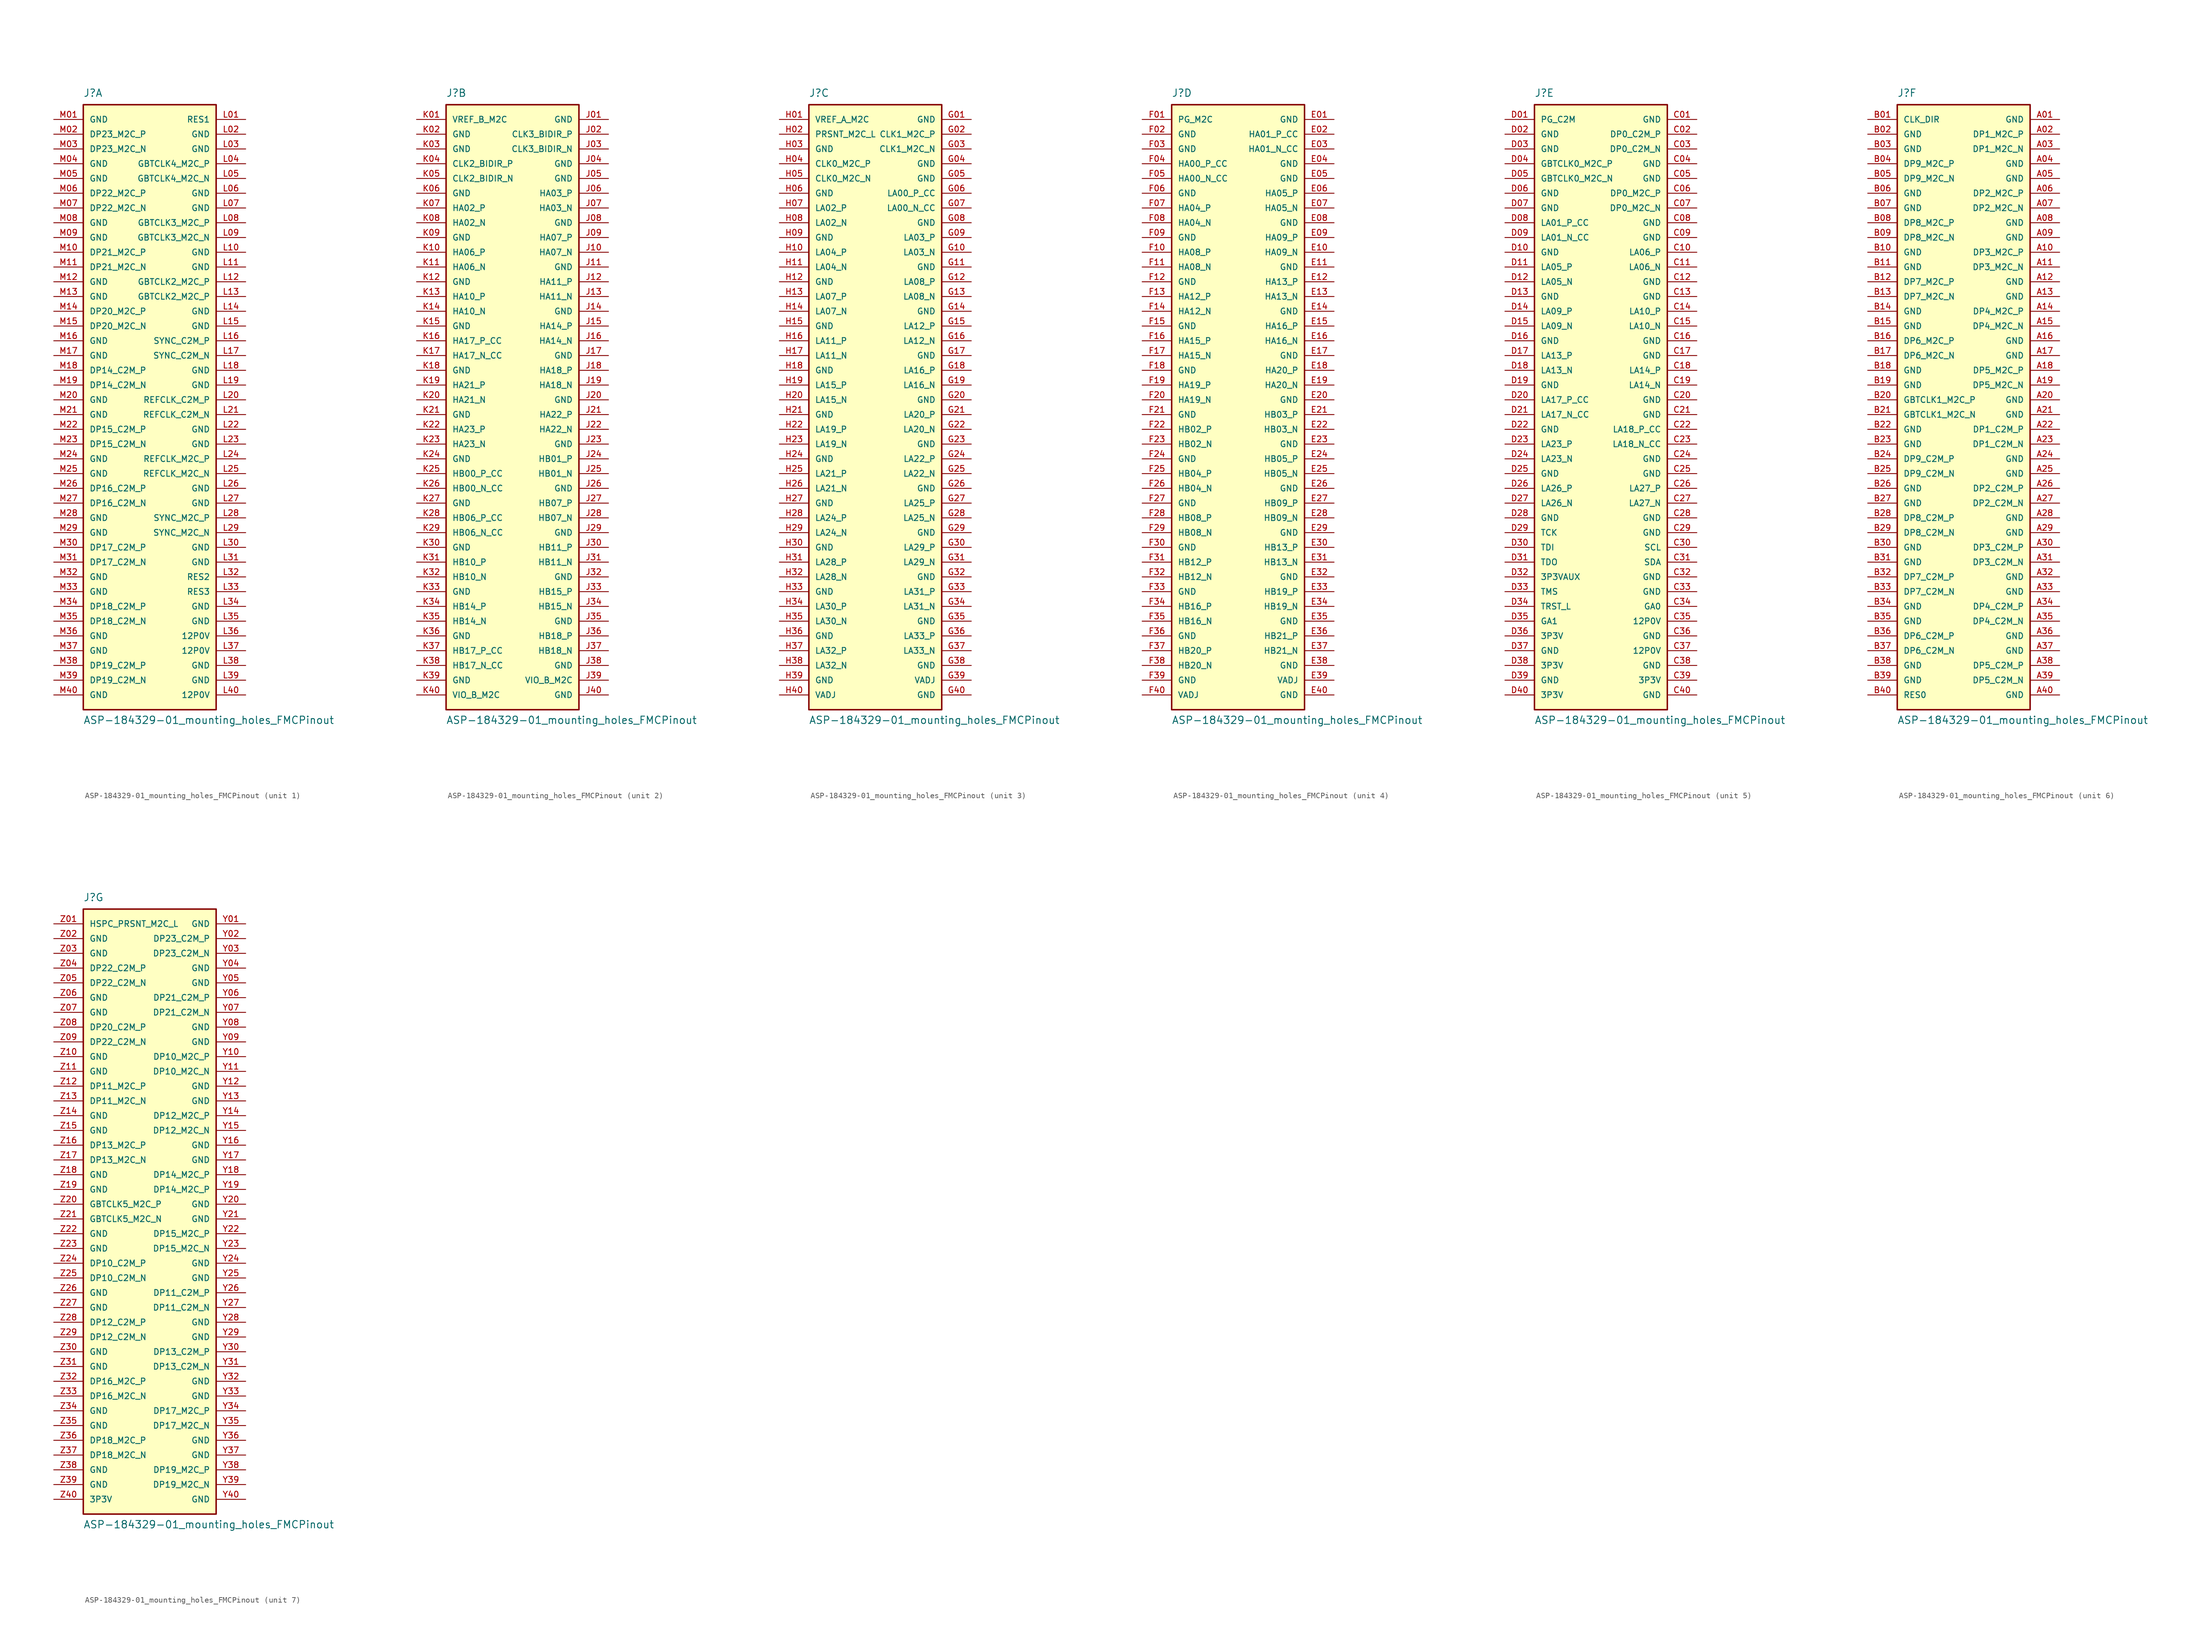
<source format=kicad_sym>
(kicad_symbol_lib
  (version 20211014)
  (generator kicad_symbol_editor)
  (symbol "ASP-184329-01_mounting_holes_FMCPinout"
    (pin_names
      (offset 1.016))
    (property "Reference" "J"
      (at -11.43 52.07 0)
      (effects (font (size 1.27 1.27)) (justify left bottom)))
    (property "Value" "ASP-184329-01_mounting_holes_FMCPinout"
      (at -11.43 -55.88 0)
      (effects (font (size 1.27 1.27)) (justify left bottom)))
    (property "ki_locked" ""
      (at 0 0 0)
      (effects (font (size 1.27 1.27))))
    (symbol "ASP-184329-01_mounting_holes_FMCPinout_1_0"
      (rectangle (start -11.43 50.8) (end 11.43 -53.34) (stroke (width 0.254) (type default) (color 0 0 0 0)) (fill (type background)))
      (pin passive line (at 16.51 48.26 180) (length 5.08) (name "RES1" (effects (font (size 1.016 1.016)))) (number "L01" (effects (font (size 1.016 1.016)))))
      (pin passive line (at 16.51 45.72 180) (length 5.08) (name "GND" (effects (font (size 1.016 1.016)))) (number "L02" (effects (font (size 1.016 1.016)))))
      (pin passive line (at 16.51 43.18 180) (length 5.08) (name "GND" (effects (font (size 1.016 1.016)))) (number "L03" (effects (font (size 1.016 1.016)))))
      (pin passive line (at 16.51 40.64 180) (length 5.08) (name "GBTCLK4_M2C_P" (effects (font (size 1.016 1.016)))) (number "L04" (effects (font (size 1.016 1.016)))))
      (pin passive line (at 16.51 38.1 180) (length 5.08) (name "GBTCLK4_M2C_N" (effects (font (size 1.016 1.016)))) (number "L05" (effects (font (size 1.016 1.016)))))
      (pin passive line (at 16.51 35.56 180) (length 5.08) (name "GND" (effects (font (size 1.016 1.016)))) (number "L06" (effects (font (size 1.016 1.016)))))
      (pin passive line (at 16.51 33.02 180) (length 5.08) (name "GND" (effects (font (size 1.016 1.016)))) (number "L07" (effects (font (size 1.016 1.016)))))
      (pin passive line (at 16.51 30.48 180) (length 5.08) (name "GBTCLK3_M2C_P" (effects (font (size 1.016 1.016)))) (number "L08" (effects (font (size 1.016 1.016)))))
      (pin passive line (at 16.51 27.94 180) (length 5.08) (name "GBTCLK3_M2C_N" (effects (font (size 1.016 1.016)))) (number "L09" (effects (font (size 1.016 1.016)))))
      (pin passive line (at 16.51 25.4 180) (length 5.08) (name "GND" (effects (font (size 1.016 1.016)))) (number "L10" (effects (font (size 1.016 1.016)))))
      (pin passive line (at 16.51 22.86 180) (length 5.08) (name "GND" (effects (font (size 1.016 1.016)))) (number "L11" (effects (font (size 1.016 1.016)))))
      (pin passive line (at 16.51 20.32 180) (length 5.08) (name "GBTCLK2_M2C_P" (effects (font (size 1.016 1.016)))) (number "L12" (effects (font (size 1.016 1.016)))))
      (pin passive line (at 16.51 17.78 180) (length 5.08) (name "GBTCLK2_M2C_P" (effects (font (size 1.016 1.016)))) (number "L13" (effects (font (size 1.016 1.016)))))
      (pin passive line (at 16.51 15.24 180) (length 5.08) (name "GND" (effects (font (size 1.016 1.016)))) (number "L14" (effects (font (size 1.016 1.016)))))
      (pin passive line (at 16.51 12.7 180) (length 5.08) (name "GND" (effects (font (size 1.016 1.016)))) (number "L15" (effects (font (size 1.016 1.016)))))
      (pin passive line (at 16.51 10.16 180) (length 5.08) (name "SYNC_C2M_P" (effects (font (size 1.016 1.016)))) (number "L16" (effects (font (size 1.016 1.016)))))
      (pin passive line (at 16.51 7.62 180) (length 5.08) (name "SYNC_C2M_N" (effects (font (size 1.016 1.016)))) (number "L17" (effects (font (size 1.016 1.016)))))
      (pin passive line (at 16.51 5.08 180) (length 5.08) (name "GND" (effects (font (size 1.016 1.016)))) (number "L18" (effects (font (size 1.016 1.016)))))
      (pin passive line (at 16.51 2.54 180) (length 5.08) (name "GND" (effects (font (size 1.016 1.016)))) (number "L19" (effects (font (size 1.016 1.016)))))
      (pin passive line (at 16.51 0 180) (length 5.08) (name "REFCLK_C2M_P" (effects (font (size 1.016 1.016)))) (number "L20" (effects (font (size 1.016 1.016)))))
      (pin passive line (at 16.51 -2.54 180) (length 5.08) (name "REFCLK_C2M_N" (effects (font (size 1.016 1.016)))) (number "L21" (effects (font (size 1.016 1.016)))))
      (pin passive line (at 16.51 -5.08 180) (length 5.08) (name "GND" (effects (font (size 1.016 1.016)))) (number "L22" (effects (font (size 1.016 1.016)))))
      (pin passive line (at 16.51 -7.62 180) (length 5.08) (name "GND" (effects (font (size 1.016 1.016)))) (number "L23" (effects (font (size 1.016 1.016)))))
      (pin passive line (at 16.51 -10.16 180) (length 5.08) (name "REFCLK_M2C_P" (effects (font (size 1.016 1.016)))) (number "L24" (effects (font (size 1.016 1.016)))))
      (pin passive line (at 16.51 -12.7 180) (length 5.08) (name "REFCLK_M2C_N" (effects (font (size 1.016 1.016)))) (number "L25" (effects (font (size 1.016 1.016)))))
      (pin passive line (at 16.51 -15.24 180) (length 5.08) (name "GND" (effects (font (size 1.016 1.016)))) (number "L26" (effects (font (size 1.016 1.016)))))
      (pin passive line (at 16.51 -17.78 180) (length 5.08) (name "GND" (effects (font (size 1.016 1.016)))) (number "L27" (effects (font (size 1.016 1.016)))))
      (pin passive line (at 16.51 -20.32 180) (length 5.08) (name "SYNC_M2C_P" (effects (font (size 1.016 1.016)))) (number "L28" (effects (font (size 1.016 1.016)))))
      (pin passive line (at 16.51 -22.86 180) (length 5.08) (name "SYNC_M2C_N" (effects (font (size 1.016 1.016)))) (number "L29" (effects (font (size 1.016 1.016)))))
      (pin passive line (at 16.51 -25.4 180) (length 5.08) (name "GND" (effects (font (size 1.016 1.016)))) (number "L30" (effects (font (size 1.016 1.016)))))
      (pin passive line (at 16.51 -27.94 180) (length 5.08) (name "GND" (effects (font (size 1.016 1.016)))) (number "L31" (effects (font (size 1.016 1.016)))))
      (pin passive line (at 16.51 -30.48 180) (length 5.08) (name "RES2" (effects (font (size 1.016 1.016)))) (number "L32" (effects (font (size 1.016 1.016)))))
      (pin passive line (at 16.51 -33.02 180) (length 5.08) (name "RES3" (effects (font (size 1.016 1.016)))) (number "L33" (effects (font (size 1.016 1.016)))))
      (pin passive line (at 16.51 -35.56 180) (length 5.08) (name "GND" (effects (font (size 1.016 1.016)))) (number "L34" (effects (font (size 1.016 1.016)))))
      (pin passive line (at 16.51 -38.1 180) (length 5.08) (name "GND" (effects (font (size 1.016 1.016)))) (number "L35" (effects (font (size 1.016 1.016)))))
      (pin passive line (at 16.51 -40.64 180) (length 5.08) (name "12P0V" (effects (font (size 1.016 1.016)))) (number "L36" (effects (font (size 1.016 1.016)))))
      (pin passive line (at 16.51 -43.18 180) (length 5.08) (name "12P0V" (effects (font (size 1.016 1.016)))) (number "L37" (effects (font (size 1.016 1.016)))))
      (pin passive line (at 16.51 -45.72 180) (length 5.08) (name "GND" (effects (font (size 1.016 1.016)))) (number "L38" (effects (font (size 1.016 1.016)))))
      (pin passive line (at 16.51 -48.26 180) (length 5.08) (name "GND" (effects (font (size 1.016 1.016)))) (number "L39" (effects (font (size 1.016 1.016)))))
      (pin passive line (at 16.51 -50.8 180) (length 5.08) (name "12P0V" (effects (font (size 1.016 1.016)))) (number "L40" (effects (font (size 1.016 1.016)))))
      (pin passive line (at -16.51 48.26 0) (length 5.08) (name "GND" (effects (font (size 1.016 1.016)))) (number "M01" (effects (font (size 1.016 1.016)))))
      (pin passive line (at -16.51 45.72 0) (length 5.08) (name "DP23_M2C_P" (effects (font (size 1.016 1.016)))) (number "M02" (effects (font (size 1.016 1.016)))))
      (pin passive line (at -16.51 43.18 0) (length 5.08) (name "DP23_M2C_N" (effects (font (size 1.016 1.016)))) (number "M03" (effects (font (size 1.016 1.016)))))
      (pin passive line (at -16.51 40.64 0) (length 5.08) (name "GND" (effects (font (size 1.016 1.016)))) (number "M04" (effects (font (size 1.016 1.016)))))
      (pin passive line (at -16.51 38.1 0) (length 5.08) (name "GND" (effects (font (size 1.016 1.016)))) (number "M05" (effects (font (size 1.016 1.016)))))
      (pin passive line (at -16.51 35.56 0) (length 5.08) (name "DP22_M2C_P" (effects (font (size 1.016 1.016)))) (number "M06" (effects (font (size 1.016 1.016)))))
      (pin passive line (at -16.51 33.02 0) (length 5.08) (name "DP22_M2C_N" (effects (font (size 1.016 1.016)))) (number "M07" (effects (font (size 1.016 1.016)))))
      (pin passive line (at -16.51 30.48 0) (length 5.08) (name "GND" (effects (font (size 1.016 1.016)))) (number "M08" (effects (font (size 1.016 1.016)))))
      (pin passive line (at -16.51 27.94 0) (length 5.08) (name "GND" (effects (font (size 1.016 1.016)))) (number "M09" (effects (font (size 1.016 1.016)))))
      (pin passive line (at -16.51 25.4 0) (length 5.08) (name "DP21_M2C_P" (effects (font (size 1.016 1.016)))) (number "M10" (effects (font (size 1.016 1.016)))))
      (pin passive line (at -16.51 22.86 0) (length 5.08) (name "DP21_M2C_N" (effects (font (size 1.016 1.016)))) (number "M11" (effects (font (size 1.016 1.016)))))
      (pin passive line (at -16.51 20.32 0) (length 5.08) (name "GND" (effects (font (size 1.016 1.016)))) (number "M12" (effects (font (size 1.016 1.016)))))
      (pin passive line (at -16.51 17.78 0) (length 5.08) (name "GND" (effects (font (size 1.016 1.016)))) (number "M13" (effects (font (size 1.016 1.016)))))
      (pin passive line (at -16.51 15.24 0) (length 5.08) (name "DP20_M2C_P" (effects (font (size 1.016 1.016)))) (number "M14" (effects (font (size 1.016 1.016)))))
      (pin passive line (at -16.51 12.7 0) (length 5.08) (name "DP20_M2C_N" (effects (font (size 1.016 1.016)))) (number "M15" (effects (font (size 1.016 1.016)))))
      (pin passive line (at -16.51 10.16 0) (length 5.08) (name "GND" (effects (font (size 1.016 1.016)))) (number "M16" (effects (font (size 1.016 1.016)))))
      (pin passive line (at -16.51 7.62 0) (length 5.08) (name "GND" (effects (font (size 1.016 1.016)))) (number "M17" (effects (font (size 1.016 1.016)))))
      (pin passive line (at -16.51 5.08 0) (length 5.08) (name "DP14_C2M_P" (effects (font (size 1.016 1.016)))) (number "M18" (effects (font (size 1.016 1.016)))))
      (pin passive line (at -16.51 2.54 0) (length 5.08) (name "DP14_C2M_N" (effects (font (size 1.016 1.016)))) (number "M19" (effects (font (size 1.016 1.016)))))
      (pin passive line (at -16.51 0 0) (length 5.08) (name "GND" (effects (font (size 1.016 1.016)))) (number "M20" (effects (font (size 1.016 1.016)))))
      (pin passive line (at -16.51 -2.54 0) (length 5.08) (name "GND" (effects (font (size 1.016 1.016)))) (number "M21" (effects (font (size 1.016 1.016)))))
      (pin passive line (at -16.51 -5.08 0) (length 5.08) (name "DP15_C2M_P" (effects (font (size 1.016 1.016)))) (number "M22" (effects (font (size 1.016 1.016)))))
      (pin passive line (at -16.51 -7.62 0) (length 5.08) (name "DP15_C2M_N" (effects (font (size 1.016 1.016)))) (number "M23" (effects (font (size 1.016 1.016)))))
      (pin passive line (at -16.51 -10.16 0) (length 5.08) (name "GND" (effects (font (size 1.016 1.016)))) (number "M24" (effects (font (size 1.016 1.016)))))
      (pin passive line (at -16.51 -12.7 0) (length 5.08) (name "GND" (effects (font (size 1.016 1.016)))) (number "M25" (effects (font (size 1.016 1.016)))))
      (pin passive line (at -16.51 -15.24 0) (length 5.08) (name "DP16_C2M_P" (effects (font (size 1.016 1.016)))) (number "M26" (effects (font (size 1.016 1.016)))))
      (pin passive line (at -16.51 -17.78 0) (length 5.08) (name "DP16_C2M_N" (effects (font (size 1.016 1.016)))) (number "M27" (effects (font (size 1.016 1.016)))))
      (pin passive line (at -16.51 -20.32 0) (length 5.08) (name "GND" (effects (font (size 1.016 1.016)))) (number "M28" (effects (font (size 1.016 1.016)))))
      (pin passive line (at -16.51 -22.86 0) (length 5.08) (name "GND" (effects (font (size 1.016 1.016)))) (number "M29" (effects (font (size 1.016 1.016)))))
      (pin passive line (at -16.51 -25.4 0) (length 5.08) (name "DP17_C2M_P" (effects (font (size 1.016 1.016)))) (number "M30" (effects (font (size 1.016 1.016)))))
      (pin passive line (at -16.51 -27.94 0) (length 5.08) (name "DP17_C2M_N" (effects (font (size 1.016 1.016)))) (number "M31" (effects (font (size 1.016 1.016)))))
      (pin passive line (at -16.51 -30.48 0) (length 5.08) (name "GND" (effects (font (size 1.016 1.016)))) (number "M32" (effects (font (size 1.016 1.016)))))
      (pin passive line (at -16.51 -33.02 0) (length 5.08) (name "GND" (effects (font (size 1.016 1.016)))) (number "M33" (effects (font (size 1.016 1.016)))))
      (pin passive line (at -16.51 -35.56 0) (length 5.08) (name "DP18_C2M_P" (effects (font (size 1.016 1.016)))) (number "M34" (effects (font (size 1.016 1.016)))))
      (pin passive line (at -16.51 -38.1 0) (length 5.08) (name "DP18_C2M_N" (effects (font (size 1.016 1.016)))) (number "M35" (effects (font (size 1.016 1.016)))))
      (pin passive line (at -16.51 -40.64 0) (length 5.08) (name "GND" (effects (font (size 1.016 1.016)))) (number "M36" (effects (font (size 1.016 1.016)))))
      (pin passive line (at -16.51 -43.18 0) (length 5.08) (name "GND" (effects (font (size 1.016 1.016)))) (number "M37" (effects (font (size 1.016 1.016)))))
      (pin passive line (at -16.51 -45.72 0) (length 5.08) (name "DP19_C2M_P" (effects (font (size 1.016 1.016)))) (number "M38" (effects (font (size 1.016 1.016)))))
      (pin passive line (at -16.51 -48.26 0) (length 5.08) (name "DP19_C2M_N" (effects (font (size 1.016 1.016)))) (number "M39" (effects (font (size 1.016 1.016)))))
      (pin passive line (at -16.51 -50.8 0) (length 5.08) (name "GND" (effects (font (size 1.016 1.016)))) (number "M40" (effects (font (size 1.016 1.016))))))
    (symbol "ASP-184329-01_mounting_holes_FMCPinout_2_0"
      (rectangle (start -11.43 50.8) (end 11.43 -53.34) (stroke (width 0.254) (type default) (color 0 0 0 0)) (fill (type background)))
      (pin passive line (at 16.51 48.26 180) (length 5.08) (name "GND" (effects (font (size 1.016 1.016)))) (number "J01" (effects (font (size 1.016 1.016)))))
      (pin passive line (at 16.51 45.72 180) (length 5.08) (name "CLK3_BIDIR_P" (effects (font (size 1.016 1.016)))) (number "J02" (effects (font (size 1.016 1.016)))))
      (pin passive line (at 16.51 43.18 180) (length 5.08) (name "CLK3_BIDIR_N" (effects (font (size 1.016 1.016)))) (number "J03" (effects (font (size 1.016 1.016)))))
      (pin passive line (at 16.51 40.64 180) (length 5.08) (name "GND" (effects (font (size 1.016 1.016)))) (number "J04" (effects (font (size 1.016 1.016)))))
      (pin passive line (at 16.51 38.1 180) (length 5.08) (name "GND" (effects (font (size 1.016 1.016)))) (number "J05" (effects (font (size 1.016 1.016)))))
      (pin passive line (at 16.51 35.56 180) (length 5.08) (name "HA03_P" (effects (font (size 1.016 1.016)))) (number "J06" (effects (font (size 1.016 1.016)))))
      (pin passive line (at 16.51 33.02 180) (length 5.08) (name "HA03_N" (effects (font (size 1.016 1.016)))) (number "J07" (effects (font (size 1.016 1.016)))))
      (pin passive line (at 16.51 30.48 180) (length 5.08) (name "GND" (effects (font (size 1.016 1.016)))) (number "J08" (effects (font (size 1.016 1.016)))))
      (pin passive line (at 16.51 27.94 180) (length 5.08) (name "HA07_P" (effects (font (size 1.016 1.016)))) (number "J09" (effects (font (size 1.016 1.016)))))
      (pin passive line (at 16.51 25.4 180) (length 5.08) (name "HA07_N" (effects (font (size 1.016 1.016)))) (number "J10" (effects (font (size 1.016 1.016)))))
      (pin passive line (at 16.51 22.86 180) (length 5.08) (name "GND" (effects (font (size 1.016 1.016)))) (number "J11" (effects (font (size 1.016 1.016)))))
      (pin passive line (at 16.51 20.32 180) (length 5.08) (name "HA11_P" (effects (font (size 1.016 1.016)))) (number "J12" (effects (font (size 1.016 1.016)))))
      (pin passive line (at 16.51 17.78 180) (length 5.08) (name "HA11_N" (effects (font (size 1.016 1.016)))) (number "J13" (effects (font (size 1.016 1.016)))))
      (pin passive line (at 16.51 15.24 180) (length 5.08) (name "GND" (effects (font (size 1.016 1.016)))) (number "J14" (effects (font (size 1.016 1.016)))))
      (pin passive line (at 16.51 12.7 180) (length 5.08) (name "HA14_P" (effects (font (size 1.016 1.016)))) (number "J15" (effects (font (size 1.016 1.016)))))
      (pin passive line (at 16.51 10.16 180) (length 5.08) (name "HA14_N" (effects (font (size 1.016 1.016)))) (number "J16" (effects (font (size 1.016 1.016)))))
      (pin passive line (at 16.51 7.62 180) (length 5.08) (name "GND" (effects (font (size 1.016 1.016)))) (number "J17" (effects (font (size 1.016 1.016)))))
      (pin passive line (at 16.51 5.08 180) (length 5.08) (name "HA18_P" (effects (font (size 1.016 1.016)))) (number "J18" (effects (font (size 1.016 1.016)))))
      (pin passive line (at 16.51 2.54 180) (length 5.08) (name "HA18_N" (effects (font (size 1.016 1.016)))) (number "J19" (effects (font (size 1.016 1.016)))))
      (pin passive line (at 16.51 0 180) (length 5.08) (name "GND" (effects (font (size 1.016 1.016)))) (number "J20" (effects (font (size 1.016 1.016)))))
      (pin passive line (at 16.51 -2.54 180) (length 5.08) (name "HA22_P" (effects (font (size 1.016 1.016)))) (number "J21" (effects (font (size 1.016 1.016)))))
      (pin passive line (at 16.51 -5.08 180) (length 5.08) (name "HA22_N" (effects (font (size 1.016 1.016)))) (number "J22" (effects (font (size 1.016 1.016)))))
      (pin passive line (at 16.51 -7.62 180) (length 5.08) (name "GND" (effects (font (size 1.016 1.016)))) (number "J23" (effects (font (size 1.016 1.016)))))
      (pin passive line (at 16.51 -10.16 180) (length 5.08) (name "HB01_P" (effects (font (size 1.016 1.016)))) (number "J24" (effects (font (size 1.016 1.016)))))
      (pin passive line (at 16.51 -12.7 180) (length 5.08) (name "HB01_N" (effects (font (size 1.016 1.016)))) (number "J25" (effects (font (size 1.016 1.016)))))
      (pin passive line (at 16.51 -15.24 180) (length 5.08) (name "GND" (effects (font (size 1.016 1.016)))) (number "J26" (effects (font (size 1.016 1.016)))))
      (pin passive line (at 16.51 -17.78 180) (length 5.08) (name "HB07_P" (effects (font (size 1.016 1.016)))) (number "J27" (effects (font (size 1.016 1.016)))))
      (pin passive line (at 16.51 -20.32 180) (length 5.08) (name "HB07_N" (effects (font (size 1.016 1.016)))) (number "J28" (effects (font (size 1.016 1.016)))))
      (pin passive line (at 16.51 -22.86 180) (length 5.08) (name "GND" (effects (font (size 1.016 1.016)))) (number "J29" (effects (font (size 1.016 1.016)))))
      (pin passive line (at 16.51 -25.4 180) (length 5.08) (name "HB11_P" (effects (font (size 1.016 1.016)))) (number "J30" (effects (font (size 1.016 1.016)))))
      (pin passive line (at 16.51 -27.94 180) (length 5.08) (name "HB11_N" (effects (font (size 1.016 1.016)))) (number "J31" (effects (font (size 1.016 1.016)))))
      (pin passive line (at 16.51 -30.48 180) (length 5.08) (name "GND" (effects (font (size 1.016 1.016)))) (number "J32" (effects (font (size 1.016 1.016)))))
      (pin passive line (at 16.51 -33.02 180) (length 5.08) (name "HB15_P" (effects (font (size 1.016 1.016)))) (number "J33" (effects (font (size 1.016 1.016)))))
      (pin passive line (at 16.51 -35.56 180) (length 5.08) (name "HB15_N" (effects (font (size 1.016 1.016)))) (number "J34" (effects (font (size 1.016 1.016)))))
      (pin passive line (at 16.51 -38.1 180) (length 5.08) (name "GND" (effects (font (size 1.016 1.016)))) (number "J35" (effects (font (size 1.016 1.016)))))
      (pin passive line (at 16.51 -40.64 180) (length 5.08) (name "HB18_P" (effects (font (size 1.016 1.016)))) (number "J36" (effects (font (size 1.016 1.016)))))
      (pin passive line (at 16.51 -43.18 180) (length 5.08) (name "HB18_N" (effects (font (size 1.016 1.016)))) (number "J37" (effects (font (size 1.016 1.016)))))
      (pin passive line (at 16.51 -45.72 180) (length 5.08) (name "GND" (effects (font (size 1.016 1.016)))) (number "J38" (effects (font (size 1.016 1.016)))))
      (pin passive line (at 16.51 -48.26 180) (length 5.08) (name "VIO_B_M2C" (effects (font (size 1.016 1.016)))) (number "J39" (effects (font (size 1.016 1.016)))))
      (pin passive line (at 16.51 -50.8 180) (length 5.08) (name "GND" (effects (font (size 1.016 1.016)))) (number "J40" (effects (font (size 1.016 1.016)))))
      (pin passive line (at -16.51 48.26 0) (length 5.08) (name "VREF_B_M2C" (effects (font (size 1.016 1.016)))) (number "K01" (effects (font (size 1.016 1.016)))))
      (pin passive line (at -16.51 45.72 0) (length 5.08) (name "GND" (effects (font (size 1.016 1.016)))) (number "K02" (effects (font (size 1.016 1.016)))))
      (pin passive line (at -16.51 43.18 0) (length 5.08) (name "GND" (effects (font (size 1.016 1.016)))) (number "K03" (effects (font (size 1.016 1.016)))))
      (pin passive line (at -16.51 40.64 0) (length 5.08) (name "CLK2_BIDIR_P" (effects (font (size 1.016 1.016)))) (number "K04" (effects (font (size 1.016 1.016)))))
      (pin passive line (at -16.51 38.1 0) (length 5.08) (name "CLK2_BIDIR_N" (effects (font (size 1.016 1.016)))) (number "K05" (effects (font (size 1.016 1.016)))))
      (pin passive line (at -16.51 35.56 0) (length 5.08) (name "GND" (effects (font (size 1.016 1.016)))) (number "K06" (effects (font (size 1.016 1.016)))))
      (pin passive line (at -16.51 33.02 0) (length 5.08) (name "HA02_P" (effects (font (size 1.016 1.016)))) (number "K07" (effects (font (size 1.016 1.016)))))
      (pin passive line (at -16.51 30.48 0) (length 5.08) (name "HA02_N" (effects (font (size 1.016 1.016)))) (number "K08" (effects (font (size 1.016 1.016)))))
      (pin passive line (at -16.51 27.94 0) (length 5.08) (name "GND" (effects (font (size 1.016 1.016)))) (number "K09" (effects (font (size 1.016 1.016)))))
      (pin passive line (at -16.51 25.4 0) (length 5.08) (name "HA06_P" (effects (font (size 1.016 1.016)))) (number "K10" (effects (font (size 1.016 1.016)))))
      (pin passive line (at -16.51 22.86 0) (length 5.08) (name "HA06_N" (effects (font (size 1.016 1.016)))) (number "K11" (effects (font (size 1.016 1.016)))))
      (pin passive line (at -16.51 20.32 0) (length 5.08) (name "GND" (effects (font (size 1.016 1.016)))) (number "K12" (effects (font (size 1.016 1.016)))))
      (pin passive line (at -16.51 17.78 0) (length 5.08) (name "HA10_P" (effects (font (size 1.016 1.016)))) (number "K13" (effects (font (size 1.016 1.016)))))
      (pin passive line (at -16.51 15.24 0) (length 5.08) (name "HA10_N" (effects (font (size 1.016 1.016)))) (number "K14" (effects (font (size 1.016 1.016)))))
      (pin passive line (at -16.51 12.7 0) (length 5.08) (name "GND" (effects (font (size 1.016 1.016)))) (number "K15" (effects (font (size 1.016 1.016)))))
      (pin passive line (at -16.51 10.16 0) (length 5.08) (name "HA17_P_CC" (effects (font (size 1.016 1.016)))) (number "K16" (effects (font (size 1.016 1.016)))))
      (pin passive line (at -16.51 7.62 0) (length 5.08) (name "HA17_N_CC" (effects (font (size 1.016 1.016)))) (number "K17" (effects (font (size 1.016 1.016)))))
      (pin passive line (at -16.51 5.08 0) (length 5.08) (name "GND" (effects (font (size 1.016 1.016)))) (number "K18" (effects (font (size 1.016 1.016)))))
      (pin passive line (at -16.51 2.54 0) (length 5.08) (name "HA21_P" (effects (font (size 1.016 1.016)))) (number "K19" (effects (font (size 1.016 1.016)))))
      (pin passive line (at -16.51 0 0) (length 5.08) (name "HA21_N" (effects (font (size 1.016 1.016)))) (number "K20" (effects (font (size 1.016 1.016)))))
      (pin passive line (at -16.51 -2.54 0) (length 5.08) (name "GND" (effects (font (size 1.016 1.016)))) (number "K21" (effects (font (size 1.016 1.016)))))
      (pin passive line (at -16.51 -5.08 0) (length 5.08) (name "HA23_P" (effects (font (size 1.016 1.016)))) (number "K22" (effects (font (size 1.016 1.016)))))
      (pin passive line (at -16.51 -7.62 0) (length 5.08) (name "HA23_N" (effects (font (size 1.016 1.016)))) (number "K23" (effects (font (size 1.016 1.016)))))
      (pin passive line (at -16.51 -10.16 0) (length 5.08) (name "GND" (effects (font (size 1.016 1.016)))) (number "K24" (effects (font (size 1.016 1.016)))))
      (pin passive line (at -16.51 -12.7 0) (length 5.08) (name "HB00_P_CC" (effects (font (size 1.016 1.016)))) (number "K25" (effects (font (size 1.016 1.016)))))
      (pin passive line (at -16.51 -15.24 0) (length 5.08) (name "HB00_N_CC" (effects (font (size 1.016 1.016)))) (number "K26" (effects (font (size 1.016 1.016)))))
      (pin passive line (at -16.51 -17.78 0) (length 5.08) (name "GND" (effects (font (size 1.016 1.016)))) (number "K27" (effects (font (size 1.016 1.016)))))
      (pin passive line (at -16.51 -20.32 0) (length 5.08) (name "HB06_P_CC" (effects (font (size 1.016 1.016)))) (number "K28" (effects (font (size 1.016 1.016)))))
      (pin passive line (at -16.51 -22.86 0) (length 5.08) (name "HB06_N_CC" (effects (font (size 1.016 1.016)))) (number "K29" (effects (font (size 1.016 1.016)))))
      (pin passive line (at -16.51 -25.4 0) (length 5.08) (name "GND" (effects (font (size 1.016 1.016)))) (number "K30" (effects (font (size 1.016 1.016)))))
      (pin passive line (at -16.51 -27.94 0) (length 5.08) (name "HB10_P" (effects (font (size 1.016 1.016)))) (number "K31" (effects (font (size 1.016 1.016)))))
      (pin passive line (at -16.51 -30.48 0) (length 5.08) (name "HB10_N" (effects (font (size 1.016 1.016)))) (number "K32" (effects (font (size 1.016 1.016)))))
      (pin passive line (at -16.51 -33.02 0) (length 5.08) (name "GND" (effects (font (size 1.016 1.016)))) (number "K33" (effects (font (size 1.016 1.016)))))
      (pin passive line (at -16.51 -35.56 0) (length 5.08) (name "HB14_P" (effects (font (size 1.016 1.016)))) (number "K34" (effects (font (size 1.016 1.016)))))
      (pin passive line (at -16.51 -38.1 0) (length 5.08) (name "HB14_N" (effects (font (size 1.016 1.016)))) (number "K35" (effects (font (size 1.016 1.016)))))
      (pin passive line (at -16.51 -40.64 0) (length 5.08) (name "GND" (effects (font (size 1.016 1.016)))) (number "K36" (effects (font (size 1.016 1.016)))))
      (pin passive line (at -16.51 -43.18 0) (length 5.08) (name "HB17_P_CC" (effects (font (size 1.016 1.016)))) (number "K37" (effects (font (size 1.016 1.016)))))
      (pin passive line (at -16.51 -45.72 0) (length 5.08) (name "HB17_N_CC" (effects (font (size 1.016 1.016)))) (number "K38" (effects (font (size 1.016 1.016)))))
      (pin passive line (at -16.51 -48.26 0) (length 5.08) (name "GND" (effects (font (size 1.016 1.016)))) (number "K39" (effects (font (size 1.016 1.016)))))
      (pin passive line (at -16.51 -50.8 0) (length 5.08) (name "VIO_B_M2C" (effects (font (size 1.016 1.016)))) (number "K40" (effects (font (size 1.016 1.016))))))
    (symbol "ASP-184329-01_mounting_holes_FMCPinout_3_0"
      (rectangle (start -11.43 50.8) (end 11.43 -53.34) (stroke (width 0.254) (type default) (color 0 0 0 0)) (fill (type background)))
      (pin passive line (at 16.51 48.26 180) (length 5.08) (name "GND" (effects (font (size 1.016 1.016)))) (number "G01" (effects (font (size 1.016 1.016)))))
      (pin passive line (at 16.51 45.72 180) (length 5.08) (name "CLK1_M2C_P" (effects (font (size 1.016 1.016)))) (number "G02" (effects (font (size 1.016 1.016)))))
      (pin passive line (at 16.51 43.18 180) (length 5.08) (name "CLK1_M2C_N" (effects (font (size 1.016 1.016)))) (number "G03" (effects (font (size 1.016 1.016)))))
      (pin passive line (at 16.51 40.64 180) (length 5.08) (name "GND" (effects (font (size 1.016 1.016)))) (number "G04" (effects (font (size 1.016 1.016)))))
      (pin passive line (at 16.51 38.1 180) (length 5.08) (name "GND" (effects (font (size 1.016 1.016)))) (number "G05" (effects (font (size 1.016 1.016)))))
      (pin passive line (at 16.51 35.56 180) (length 5.08) (name "LA00_P_CC" (effects (font (size 1.016 1.016)))) (number "G06" (effects (font (size 1.016 1.016)))))
      (pin passive line (at 16.51 33.02 180) (length 5.08) (name "LA00_N_CC" (effects (font (size 1.016 1.016)))) (number "G07" (effects (font (size 1.016 1.016)))))
      (pin passive line (at 16.51 30.48 180) (length 5.08) (name "GND" (effects (font (size 1.016 1.016)))) (number "G08" (effects (font (size 1.016 1.016)))))
      (pin passive line (at 16.51 27.94 180) (length 5.08) (name "LA03_P" (effects (font (size 1.016 1.016)))) (number "G09" (effects (font (size 1.016 1.016)))))
      (pin passive line (at 16.51 25.4 180) (length 5.08) (name "LA03_N" (effects (font (size 1.016 1.016)))) (number "G10" (effects (font (size 1.016 1.016)))))
      (pin passive line (at 16.51 22.86 180) (length 5.08) (name "GND" (effects (font (size 1.016 1.016)))) (number "G11" (effects (font (size 1.016 1.016)))))
      (pin passive line (at 16.51 20.32 180) (length 5.08) (name "LA08_P" (effects (font (size 1.016 1.016)))) (number "G12" (effects (font (size 1.016 1.016)))))
      (pin passive line (at 16.51 17.78 180) (length 5.08) (name "LA08_N" (effects (font (size 1.016 1.016)))) (number "G13" (effects (font (size 1.016 1.016)))))
      (pin passive line (at 16.51 15.24 180) (length 5.08) (name "GND" (effects (font (size 1.016 1.016)))) (number "G14" (effects (font (size 1.016 1.016)))))
      (pin passive line (at 16.51 12.7 180) (length 5.08) (name "LA12_P" (effects (font (size 1.016 1.016)))) (number "G15" (effects (font (size 1.016 1.016)))))
      (pin passive line (at 16.51 10.16 180) (length 5.08) (name "LA12_N" (effects (font (size 1.016 1.016)))) (number "G16" (effects (font (size 1.016 1.016)))))
      (pin passive line (at 16.51 7.62 180) (length 5.08) (name "GND" (effects (font (size 1.016 1.016)))) (number "G17" (effects (font (size 1.016 1.016)))))
      (pin passive line (at 16.51 5.08 180) (length 5.08) (name "LA16_P" (effects (font (size 1.016 1.016)))) (number "G18" (effects (font (size 1.016 1.016)))))
      (pin passive line (at 16.51 2.54 180) (length 5.08) (name "LA16_N" (effects (font (size 1.016 1.016)))) (number "G19" (effects (font (size 1.016 1.016)))))
      (pin passive line (at 16.51 0 180) (length 5.08) (name "GND" (effects (font (size 1.016 1.016)))) (number "G20" (effects (font (size 1.016 1.016)))))
      (pin passive line (at 16.51 -2.54 180) (length 5.08) (name "LA20_P" (effects (font (size 1.016 1.016)))) (number "G21" (effects (font (size 1.016 1.016)))))
      (pin passive line (at 16.51 -5.08 180) (length 5.08) (name "LA20_N" (effects (font (size 1.016 1.016)))) (number "G22" (effects (font (size 1.016 1.016)))))
      (pin passive line (at 16.51 -7.62 180) (length 5.08) (name "GND" (effects (font (size 1.016 1.016)))) (number "G23" (effects (font (size 1.016 1.016)))))
      (pin passive line (at 16.51 -10.16 180) (length 5.08) (name "LA22_P" (effects (font (size 1.016 1.016)))) (number "G24" (effects (font (size 1.016 1.016)))))
      (pin passive line (at 16.51 -12.7 180) (length 5.08) (name "LA22_N" (effects (font (size 1.016 1.016)))) (number "G25" (effects (font (size 1.016 1.016)))))
      (pin passive line (at 16.51 -15.24 180) (length 5.08) (name "GND" (effects (font (size 1.016 1.016)))) (number "G26" (effects (font (size 1.016 1.016)))))
      (pin passive line (at 16.51 -17.78 180) (length 5.08) (name "LA25_P" (effects (font (size 1.016 1.016)))) (number "G27" (effects (font (size 1.016 1.016)))))
      (pin passive line (at 16.51 -20.32 180) (length 5.08) (name "LA25_N" (effects (font (size 1.016 1.016)))) (number "G28" (effects (font (size 1.016 1.016)))))
      (pin passive line (at 16.51 -22.86 180) (length 5.08) (name "GND" (effects (font (size 1.016 1.016)))) (number "G29" (effects (font (size 1.016 1.016)))))
      (pin passive line (at 16.51 -25.4 180) (length 5.08) (name "LA29_P" (effects (font (size 1.016 1.016)))) (number "G30" (effects (font (size 1.016 1.016)))))
      (pin passive line (at 16.51 -27.94 180) (length 5.08) (name "LA29_N" (effects (font (size 1.016 1.016)))) (number "G31" (effects (font (size 1.016 1.016)))))
      (pin passive line (at 16.51 -30.48 180) (length 5.08) (name "GND" (effects (font (size 1.016 1.016)))) (number "G32" (effects (font (size 1.016 1.016)))))
      (pin passive line (at 16.51 -33.02 180) (length 5.08) (name "LA31_P" (effects (font (size 1.016 1.016)))) (number "G33" (effects (font (size 1.016 1.016)))))
      (pin passive line (at 16.51 -35.56 180) (length 5.08) (name "LA31_N" (effects (font (size 1.016 1.016)))) (number "G34" (effects (font (size 1.016 1.016)))))
      (pin passive line (at 16.51 -38.1 180) (length 5.08) (name "GND" (effects (font (size 1.016 1.016)))) (number "G35" (effects (font (size 1.016 1.016)))))
      (pin passive line (at 16.51 -40.64 180) (length 5.08) (name "LA33_P" (effects (font (size 1.016 1.016)))) (number "G36" (effects (font (size 1.016 1.016)))))
      (pin passive line (at 16.51 -43.18 180) (length 5.08) (name "LA33_N" (effects (font (size 1.016 1.016)))) (number "G37" (effects (font (size 1.016 1.016)))))
      (pin passive line (at 16.51 -45.72 180) (length 5.08) (name "GND" (effects (font (size 1.016 1.016)))) (number "G38" (effects (font (size 1.016 1.016)))))
      (pin passive line (at 16.51 -48.26 180) (length 5.08) (name "VADJ" (effects (font (size 1.016 1.016)))) (number "G39" (effects (font (size 1.016 1.016)))))
      (pin passive line (at 16.51 -50.8 180) (length 5.08) (name "GND" (effects (font (size 1.016 1.016)))) (number "G40" (effects (font (size 1.016 1.016)))))
      (pin passive line (at -16.51 48.26 0) (length 5.08) (name "VREF_A_M2C" (effects (font (size 1.016 1.016)))) (number "H01" (effects (font (size 1.016 1.016)))))
      (pin passive line (at -16.51 45.72 0) (length 5.08) (name "PRSNT_M2C_L" (effects (font (size 1.016 1.016)))) (number "H02" (effects (font (size 1.016 1.016)))))
      (pin passive line (at -16.51 43.18 0) (length 5.08) (name "GND" (effects (font (size 1.016 1.016)))) (number "H03" (effects (font (size 1.016 1.016)))))
      (pin passive line (at -16.51 40.64 0) (length 5.08) (name "CLK0_M2C_P" (effects (font (size 1.016 1.016)))) (number "H04" (effects (font (size 1.016 1.016)))))
      (pin passive line (at -16.51 38.1 0) (length 5.08) (name "CLK0_M2C_N" (effects (font (size 1.016 1.016)))) (number "H05" (effects (font (size 1.016 1.016)))))
      (pin passive line (at -16.51 35.56 0) (length 5.08) (name "GND" (effects (font (size 1.016 1.016)))) (number "H06" (effects (font (size 1.016 1.016)))))
      (pin passive line (at -16.51 33.02 0) (length 5.08) (name "LA02_P" (effects (font (size 1.016 1.016)))) (number "H07" (effects (font (size 1.016 1.016)))))
      (pin passive line (at -16.51 30.48 0) (length 5.08) (name "LA02_N" (effects (font (size 1.016 1.016)))) (number "H08" (effects (font (size 1.016 1.016)))))
      (pin passive line (at -16.51 27.94 0) (length 5.08) (name "GND" (effects (font (size 1.016 1.016)))) (number "H09" (effects (font (size 1.016 1.016)))))
      (pin passive line (at -16.51 25.4 0) (length 5.08) (name "LA04_P" (effects (font (size 1.016 1.016)))) (number "H10" (effects (font (size 1.016 1.016)))))
      (pin passive line (at -16.51 22.86 0) (length 5.08) (name "LA04_N" (effects (font (size 1.016 1.016)))) (number "H11" (effects (font (size 1.016 1.016)))))
      (pin passive line (at -16.51 20.32 0) (length 5.08) (name "GND" (effects (font (size 1.016 1.016)))) (number "H12" (effects (font (size 1.016 1.016)))))
      (pin passive line (at -16.51 17.78 0) (length 5.08) (name "LA07_P" (effects (font (size 1.016 1.016)))) (number "H13" (effects (font (size 1.016 1.016)))))
      (pin passive line (at -16.51 15.24 0) (length 5.08) (name "LA07_N" (effects (font (size 1.016 1.016)))) (number "H14" (effects (font (size 1.016 1.016)))))
      (pin passive line (at -16.51 12.7 0) (length 5.08) (name "GND" (effects (font (size 1.016 1.016)))) (number "H15" (effects (font (size 1.016 1.016)))))
      (pin passive line (at -16.51 10.16 0) (length 5.08) (name "LA11_P" (effects (font (size 1.016 1.016)))) (number "H16" (effects (font (size 1.016 1.016)))))
      (pin passive line (at -16.51 7.62 0) (length 5.08) (name "LA11_N" (effects (font (size 1.016 1.016)))) (number "H17" (effects (font (size 1.016 1.016)))))
      (pin passive line (at -16.51 5.08 0) (length 5.08) (name "GND" (effects (font (size 1.016 1.016)))) (number "H18" (effects (font (size 1.016 1.016)))))
      (pin passive line (at -16.51 2.54 0) (length 5.08) (name "LA15_P" (effects (font (size 1.016 1.016)))) (number "H19" (effects (font (size 1.016 1.016)))))
      (pin passive line (at -16.51 0 0) (length 5.08) (name "LA15_N" (effects (font (size 1.016 1.016)))) (number "H20" (effects (font (size 1.016 1.016)))))
      (pin passive line (at -16.51 -2.54 0) (length 5.08) (name "GND" (effects (font (size 1.016 1.016)))) (number "H21" (effects (font (size 1.016 1.016)))))
      (pin passive line (at -16.51 -5.08 0) (length 5.08) (name "LA19_P" (effects (font (size 1.016 1.016)))) (number "H22" (effects (font (size 1.016 1.016)))))
      (pin passive line (at -16.51 -7.62 0) (length 5.08) (name "LA19_N" (effects (font (size 1.016 1.016)))) (number "H23" (effects (font (size 1.016 1.016)))))
      (pin passive line (at -16.51 -10.16 0) (length 5.08) (name "GND" (effects (font (size 1.016 1.016)))) (number "H24" (effects (font (size 1.016 1.016)))))
      (pin passive line (at -16.51 -12.7 0) (length 5.08) (name "LA21_P" (effects (font (size 1.016 1.016)))) (number "H25" (effects (font (size 1.016 1.016)))))
      (pin passive line (at -16.51 -15.24 0) (length 5.08) (name "LA21_N" (effects (font (size 1.016 1.016)))) (number "H26" (effects (font (size 1.016 1.016)))))
      (pin passive line (at -16.51 -17.78 0) (length 5.08) (name "GND" (effects (font (size 1.016 1.016)))) (number "H27" (effects (font (size 1.016 1.016)))))
      (pin passive line (at -16.51 -20.32 0) (length 5.08) (name "LA24_P" (effects (font (size 1.016 1.016)))) (number "H28" (effects (font (size 1.016 1.016)))))
      (pin passive line (at -16.51 -22.86 0) (length 5.08) (name "LA24_N" (effects (font (size 1.016 1.016)))) (number "H29" (effects (font (size 1.016 1.016)))))
      (pin passive line (at -16.51 -25.4 0) (length 5.08) (name "GND" (effects (font (size 1.016 1.016)))) (number "H30" (effects (font (size 1.016 1.016)))))
      (pin passive line (at -16.51 -27.94 0) (length 5.08) (name "LA28_P" (effects (font (size 1.016 1.016)))) (number "H31" (effects (font (size 1.016 1.016)))))
      (pin passive line (at -16.51 -30.48 0) (length 5.08) (name "LA28_N" (effects (font (size 1.016 1.016)))) (number "H32" (effects (font (size 1.016 1.016)))))
      (pin passive line (at -16.51 -33.02 0) (length 5.08) (name "GND" (effects (font (size 1.016 1.016)))) (number "H33" (effects (font (size 1.016 1.016)))))
      (pin passive line (at -16.51 -35.56 0) (length 5.08) (name "LA30_P" (effects (font (size 1.016 1.016)))) (number "H34" (effects (font (size 1.016 1.016)))))
      (pin passive line (at -16.51 -38.1 0) (length 5.08) (name "LA30_N" (effects (font (size 1.016 1.016)))) (number "H35" (effects (font (size 1.016 1.016)))))
      (pin passive line (at -16.51 -40.64 0) (length 5.08) (name "GND" (effects (font (size 1.016 1.016)))) (number "H36" (effects (font (size 1.016 1.016)))))
      (pin passive line (at -16.51 -43.18 0) (length 5.08) (name "LA32_P" (effects (font (size 1.016 1.016)))) (number "H37" (effects (font (size 1.016 1.016)))))
      (pin passive line (at -16.51 -45.72 0) (length 5.08) (name "LA32_N" (effects (font (size 1.016 1.016)))) (number "H38" (effects (font (size 1.016 1.016)))))
      (pin passive line (at -16.51 -48.26 0) (length 5.08) (name "GND" (effects (font (size 1.016 1.016)))) (number "H39" (effects (font (size 1.016 1.016)))))
      (pin passive line (at -16.51 -50.8 0) (length 5.08) (name "VADJ" (effects (font (size 1.016 1.016)))) (number "H40" (effects (font (size 1.016 1.016))))))
    (symbol "ASP-184329-01_mounting_holes_FMCPinout_4_0"
      (rectangle (start -11.43 50.8) (end 11.43 -53.34) (stroke (width 0.254) (type default) (color 0 0 0 0)) (fill (type background)))
      (pin passive line (at 16.51 48.26 180) (length 5.08) (name "GND" (effects (font (size 1.016 1.016)))) (number "E01" (effects (font (size 1.016 1.016)))))
      (pin passive line (at 16.51 45.72 180) (length 5.08) (name "HA01_P_CC" (effects (font (size 1.016 1.016)))) (number "E02" (effects (font (size 1.016 1.016)))))
      (pin passive line (at 16.51 43.18 180) (length 5.08) (name "HA01_N_CC" (effects (font (size 1.016 1.016)))) (number "E03" (effects (font (size 1.016 1.016)))))
      (pin passive line (at 16.51 40.64 180) (length 5.08) (name "GND" (effects (font (size 1.016 1.016)))) (number "E04" (effects (font (size 1.016 1.016)))))
      (pin passive line (at 16.51 38.1 180) (length 5.08) (name "GND" (effects (font (size 1.016 1.016)))) (number "E05" (effects (font (size 1.016 1.016)))))
      (pin passive line (at 16.51 35.56 180) (length 5.08) (name "HA05_P" (effects (font (size 1.016 1.016)))) (number "E06" (effects (font (size 1.016 1.016)))))
      (pin passive line (at 16.51 33.02 180) (length 5.08) (name "HA05_N" (effects (font (size 1.016 1.016)))) (number "E07" (effects (font (size 1.016 1.016)))))
      (pin passive line (at 16.51 30.48 180) (length 5.08) (name "GND" (effects (font (size 1.016 1.016)))) (number "E08" (effects (font (size 1.016 1.016)))))
      (pin passive line (at 16.51 27.94 180) (length 5.08) (name "HA09_P" (effects (font (size 1.016 1.016)))) (number "E09" (effects (font (size 1.016 1.016)))))
      (pin passive line (at 16.51 25.4 180) (length 5.08) (name "HA09_N" (effects (font (size 1.016 1.016)))) (number "E10" (effects (font (size 1.016 1.016)))))
      (pin passive line (at 16.51 22.86 180) (length 5.08) (name "GND" (effects (font (size 1.016 1.016)))) (number "E11" (effects (font (size 1.016 1.016)))))
      (pin passive line (at 16.51 20.32 180) (length 5.08) (name "HA13_P" (effects (font (size 1.016 1.016)))) (number "E12" (effects (font (size 1.016 1.016)))))
      (pin passive line (at 16.51 17.78 180) (length 5.08) (name "HA13_N" (effects (font (size 1.016 1.016)))) (number "E13" (effects (font (size 1.016 1.016)))))
      (pin passive line (at 16.51 15.24 180) (length 5.08) (name "GND" (effects (font (size 1.016 1.016)))) (number "E14" (effects (font (size 1.016 1.016)))))
      (pin passive line (at 16.51 12.7 180) (length 5.08) (name "HA16_P" (effects (font (size 1.016 1.016)))) (number "E15" (effects (font (size 1.016 1.016)))))
      (pin passive line (at 16.51 10.16 180) (length 5.08) (name "HA16_N" (effects (font (size 1.016 1.016)))) (number "E16" (effects (font (size 1.016 1.016)))))
      (pin passive line (at 16.51 7.62 180) (length 5.08) (name "GND" (effects (font (size 1.016 1.016)))) (number "E17" (effects (font (size 1.016 1.016)))))
      (pin passive line (at 16.51 5.08 180) (length 5.08) (name "HA20_P" (effects (font (size 1.016 1.016)))) (number "E18" (effects (font (size 1.016 1.016)))))
      (pin passive line (at 16.51 2.54 180) (length 5.08) (name "HA20_N" (effects (font (size 1.016 1.016)))) (number "E19" (effects (font (size 1.016 1.016)))))
      (pin passive line (at 16.51 0 180) (length 5.08) (name "GND" (effects (font (size 1.016 1.016)))) (number "E20" (effects (font (size 1.016 1.016)))))
      (pin passive line (at 16.51 -2.54 180) (length 5.08) (name "HB03_P" (effects (font (size 1.016 1.016)))) (number "E21" (effects (font (size 1.016 1.016)))))
      (pin passive line (at 16.51 -5.08 180) (length 5.08) (name "HB03_N" (effects (font (size 1.016 1.016)))) (number "E22" (effects (font (size 1.016 1.016)))))
      (pin passive line (at 16.51 -7.62 180) (length 5.08) (name "GND" (effects (font (size 1.016 1.016)))) (number "E23" (effects (font (size 1.016 1.016)))))
      (pin passive line (at 16.51 -10.16 180) (length 5.08) (name "HB05_P" (effects (font (size 1.016 1.016)))) (number "E24" (effects (font (size 1.016 1.016)))))
      (pin passive line (at 16.51 -12.7 180) (length 5.08) (name "HB05_N" (effects (font (size 1.016 1.016)))) (number "E25" (effects (font (size 1.016 1.016)))))
      (pin passive line (at 16.51 -15.24 180) (length 5.08) (name "GND" (effects (font (size 1.016 1.016)))) (number "E26" (effects (font (size 1.016 1.016)))))
      (pin passive line (at 16.51 -17.78 180) (length 5.08) (name "HB09_P" (effects (font (size 1.016 1.016)))) (number "E27" (effects (font (size 1.016 1.016)))))
      (pin passive line (at 16.51 -20.32 180) (length 5.08) (name "HB09_N" (effects (font (size 1.016 1.016)))) (number "E28" (effects (font (size 1.016 1.016)))))
      (pin passive line (at 16.51 -22.86 180) (length 5.08) (name "GND" (effects (font (size 1.016 1.016)))) (number "E29" (effects (font (size 1.016 1.016)))))
      (pin passive line (at 16.51 -25.4 180) (length 5.08) (name "HB13_P" (effects (font (size 1.016 1.016)))) (number "E30" (effects (font (size 1.016 1.016)))))
      (pin passive line (at 16.51 -27.94 180) (length 5.08) (name "HB13_N" (effects (font (size 1.016 1.016)))) (number "E31" (effects (font (size 1.016 1.016)))))
      (pin passive line (at 16.51 -30.48 180) (length 5.08) (name "GND" (effects (font (size 1.016 1.016)))) (number "E32" (effects (font (size 1.016 1.016)))))
      (pin passive line (at 16.51 -33.02 180) (length 5.08) (name "HB19_P" (effects (font (size 1.016 1.016)))) (number "E33" (effects (font (size 1.016 1.016)))))
      (pin passive line (at 16.51 -35.56 180) (length 5.08) (name "HB19_N" (effects (font (size 1.016 1.016)))) (number "E34" (effects (font (size 1.016 1.016)))))
      (pin passive line (at 16.51 -38.1 180) (length 5.08) (name "GND" (effects (font (size 1.016 1.016)))) (number "E35" (effects (font (size 1.016 1.016)))))
      (pin passive line (at 16.51 -40.64 180) (length 5.08) (name "HB21_P" (effects (font (size 1.016 1.016)))) (number "E36" (effects (font (size 1.016 1.016)))))
      (pin passive line (at 16.51 -43.18 180) (length 5.08) (name "HB21_N" (effects (font (size 1.016 1.016)))) (number "E37" (effects (font (size 1.016 1.016)))))
      (pin passive line (at 16.51 -45.72 180) (length 5.08) (name "GND" (effects (font (size 1.016 1.016)))) (number "E38" (effects (font (size 1.016 1.016)))))
      (pin passive line (at 16.51 -48.26 180) (length 5.08) (name "VADJ" (effects (font (size 1.016 1.016)))) (number "E39" (effects (font (size 1.016 1.016)))))
      (pin passive line (at 16.51 -50.8 180) (length 5.08) (name "GND" (effects (font (size 1.016 1.016)))) (number "E40" (effects (font (size 1.016 1.016)))))
      (pin passive line (at -16.51 48.26 0) (length 5.08) (name "PG_M2C" (effects (font (size 1.016 1.016)))) (number "F01" (effects (font (size 1.016 1.016)))))
      (pin passive line (at -16.51 45.72 0) (length 5.08) (name "GND" (effects (font (size 1.016 1.016)))) (number "F02" (effects (font (size 1.016 1.016)))))
      (pin passive line (at -16.51 43.18 0) (length 5.08) (name "GND" (effects (font (size 1.016 1.016)))) (number "F03" (effects (font (size 1.016 1.016)))))
      (pin passive line (at -16.51 40.64 0) (length 5.08) (name "HA00_P_CC" (effects (font (size 1.016 1.016)))) (number "F04" (effects (font (size 1.016 1.016)))))
      (pin passive line (at -16.51 38.1 0) (length 5.08) (name "HA00_N_CC" (effects (font (size 1.016 1.016)))) (number "F05" (effects (font (size 1.016 1.016)))))
      (pin passive line (at -16.51 35.56 0) (length 5.08) (name "GND" (effects (font (size 1.016 1.016)))) (number "F06" (effects (font (size 1.016 1.016)))))
      (pin passive line (at -16.51 33.02 0) (length 5.08) (name "HA04_P" (effects (font (size 1.016 1.016)))) (number "F07" (effects (font (size 1.016 1.016)))))
      (pin passive line (at -16.51 30.48 0) (length 5.08) (name "HA04_N" (effects (font (size 1.016 1.016)))) (number "F08" (effects (font (size 1.016 1.016)))))
      (pin passive line (at -16.51 27.94 0) (length 5.08) (name "GND" (effects (font (size 1.016 1.016)))) (number "F09" (effects (font (size 1.016 1.016)))))
      (pin passive line (at -16.51 25.4 0) (length 5.08) (name "HA08_P" (effects (font (size 1.016 1.016)))) (number "F10" (effects (font (size 1.016 1.016)))))
      (pin passive line (at -16.51 22.86 0) (length 5.08) (name "HA08_N" (effects (font (size 1.016 1.016)))) (number "F11" (effects (font (size 1.016 1.016)))))
      (pin passive line (at -16.51 20.32 0) (length 5.08) (name "GND" (effects (font (size 1.016 1.016)))) (number "F12" (effects (font (size 1.016 1.016)))))
      (pin passive line (at -16.51 17.78 0) (length 5.08) (name "HA12_P" (effects (font (size 1.016 1.016)))) (number "F13" (effects (font (size 1.016 1.016)))))
      (pin passive line (at -16.51 15.24 0) (length 5.08) (name "HA12_N" (effects (font (size 1.016 1.016)))) (number "F14" (effects (font (size 1.016 1.016)))))
      (pin passive line (at -16.51 12.7 0) (length 5.08) (name "GND" (effects (font (size 1.016 1.016)))) (number "F15" (effects (font (size 1.016 1.016)))))
      (pin passive line (at -16.51 10.16 0) (length 5.08) (name "HA15_P" (effects (font (size 1.016 1.016)))) (number "F16" (effects (font (size 1.016 1.016)))))
      (pin passive line (at -16.51 7.62 0) (length 5.08) (name "HA15_N" (effects (font (size 1.016 1.016)))) (number "F17" (effects (font (size 1.016 1.016)))))
      (pin passive line (at -16.51 5.08 0) (length 5.08) (name "GND" (effects (font (size 1.016 1.016)))) (number "F18" (effects (font (size 1.016 1.016)))))
      (pin passive line (at -16.51 2.54 0) (length 5.08) (name "HA19_P" (effects (font (size 1.016 1.016)))) (number "F19" (effects (font (size 1.016 1.016)))))
      (pin passive line (at -16.51 0 0) (length 5.08) (name "HA19_N" (effects (font (size 1.016 1.016)))) (number "F20" (effects (font (size 1.016 1.016)))))
      (pin passive line (at -16.51 -2.54 0) (length 5.08) (name "GND" (effects (font (size 1.016 1.016)))) (number "F21" (effects (font (size 1.016 1.016)))))
      (pin passive line (at -16.51 -5.08 0) (length 5.08) (name "HB02_P" (effects (font (size 1.016 1.016)))) (number "F22" (effects (font (size 1.016 1.016)))))
      (pin passive line (at -16.51 -7.62 0) (length 5.08) (name "HB02_N" (effects (font (size 1.016 1.016)))) (number "F23" (effects (font (size 1.016 1.016)))))
      (pin passive line (at -16.51 -10.16 0) (length 5.08) (name "GND" (effects (font (size 1.016 1.016)))) (number "F24" (effects (font (size 1.016 1.016)))))
      (pin passive line (at -16.51 -12.7 0) (length 5.08) (name "HB04_P" (effects (font (size 1.016 1.016)))) (number "F25" (effects (font (size 1.016 1.016)))))
      (pin passive line (at -16.51 -15.24 0) (length 5.08) (name "HB04_N" (effects (font (size 1.016 1.016)))) (number "F26" (effects (font (size 1.016 1.016)))))
      (pin passive line (at -16.51 -17.78 0) (length 5.08) (name "GND" (effects (font (size 1.016 1.016)))) (number "F27" (effects (font (size 1.016 1.016)))))
      (pin passive line (at -16.51 -20.32 0) (length 5.08) (name "HB08_P" (effects (font (size 1.016 1.016)))) (number "F28" (effects (font (size 1.016 1.016)))))
      (pin passive line (at -16.51 -22.86 0) (length 5.08) (name "HB08_N" (effects (font (size 1.016 1.016)))) (number "F29" (effects (font (size 1.016 1.016)))))
      (pin passive line (at -16.51 -25.4 0) (length 5.08) (name "GND" (effects (font (size 1.016 1.016)))) (number "F30" (effects (font (size 1.016 1.016)))))
      (pin passive line (at -16.51 -27.94 0) (length 5.08) (name "HB12_P" (effects (font (size 1.016 1.016)))) (number "F31" (effects (font (size 1.016 1.016)))))
      (pin passive line (at -16.51 -30.48 0) (length 5.08) (name "HB12_N" (effects (font (size 1.016 1.016)))) (number "F32" (effects (font (size 1.016 1.016)))))
      (pin passive line (at -16.51 -33.02 0) (length 5.08) (name "GND" (effects (font (size 1.016 1.016)))) (number "F33" (effects (font (size 1.016 1.016)))))
      (pin passive line (at -16.51 -35.56 0) (length 5.08) (name "HB16_P" (effects (font (size 1.016 1.016)))) (number "F34" (effects (font (size 1.016 1.016)))))
      (pin passive line (at -16.51 -38.1 0) (length 5.08) (name "HB16_N" (effects (font (size 1.016 1.016)))) (number "F35" (effects (font (size 1.016 1.016)))))
      (pin passive line (at -16.51 -40.64 0) (length 5.08) (name "GND" (effects (font (size 1.016 1.016)))) (number "F36" (effects (font (size 1.016 1.016)))))
      (pin passive line (at -16.51 -43.18 0) (length 5.08) (name "HB20_P" (effects (font (size 1.016 1.016)))) (number "F37" (effects (font (size 1.016 1.016)))))
      (pin passive line (at -16.51 -45.72 0) (length 5.08) (name "HB20_N" (effects (font (size 1.016 1.016)))) (number "F38" (effects (font (size 1.016 1.016)))))
      (pin passive line (at -16.51 -48.26 0) (length 5.08) (name "GND" (effects (font (size 1.016 1.016)))) (number "F39" (effects (font (size 1.016 1.016)))))
      (pin passive line (at -16.51 -50.8 0) (length 5.08) (name "VADJ" (effects (font (size 1.016 1.016)))) (number "F40" (effects (font (size 1.016 1.016))))))
    (symbol "ASP-184329-01_mounting_holes_FMCPinout_5_0"
      (rectangle (start -11.43 50.8) (end 11.43 -53.34) (stroke (width 0.254) (type default) (color 0 0 0 0)) (fill (type background)))
      (pin passive line (at 16.51 48.26 180) (length 5.08) (name "GND" (effects (font (size 1.016 1.016)))) (number "C01" (effects (font (size 1.016 1.016)))))
      (pin passive line (at 16.51 45.72 180) (length 5.08) (name "DP0_C2M_P" (effects (font (size 1.016 1.016)))) (number "C02" (effects (font (size 1.016 1.016)))))
      (pin passive line (at 16.51 43.18 180) (length 5.08) (name "DP0_C2M_N" (effects (font (size 1.016 1.016)))) (number "C03" (effects (font (size 1.016 1.016)))))
      (pin passive line (at 16.51 40.64 180) (length 5.08) (name "GND" (effects (font (size 1.016 1.016)))) (number "C04" (effects (font (size 1.016 1.016)))))
      (pin passive line (at 16.51 38.1 180) (length 5.08) (name "GND" (effects (font (size 1.016 1.016)))) (number "C05" (effects (font (size 1.016 1.016)))))
      (pin passive line (at 16.51 35.56 180) (length 5.08) (name "DP0_M2C_P" (effects (font (size 1.016 1.016)))) (number "C06" (effects (font (size 1.016 1.016)))))
      (pin passive line (at 16.51 33.02 180) (length 5.08) (name "DP0_M2C_N" (effects (font (size 1.016 1.016)))) (number "C07" (effects (font (size 1.016 1.016)))))
      (pin passive line (at 16.51 30.48 180) (length 5.08) (name "GND" (effects (font (size 1.016 1.016)))) (number "C08" (effects (font (size 1.016 1.016)))))
      (pin passive line (at 16.51 27.94 180) (length 5.08) (name "GND" (effects (font (size 1.016 1.016)))) (number "C09" (effects (font (size 1.016 1.016)))))
      (pin passive line (at 16.51 25.4 180) (length 5.08) (name "LA06_P" (effects (font (size 1.016 1.016)))) (number "C10" (effects (font (size 1.016 1.016)))))
      (pin passive line (at 16.51 22.86 180) (length 5.08) (name "LA06_N" (effects (font (size 1.016 1.016)))) (number "C11" (effects (font (size 1.016 1.016)))))
      (pin passive line (at 16.51 20.32 180) (length 5.08) (name "GND" (effects (font (size 1.016 1.016)))) (number "C12" (effects (font (size 1.016 1.016)))))
      (pin passive line (at 16.51 17.78 180) (length 5.08) (name "GND" (effects (font (size 1.016 1.016)))) (number "C13" (effects (font (size 1.016 1.016)))))
      (pin passive line (at 16.51 15.24 180) (length 5.08) (name "LA10_P" (effects (font (size 1.016 1.016)))) (number "C14" (effects (font (size 1.016 1.016)))))
      (pin passive line (at 16.51 12.7 180) (length 5.08) (name "LA10_N" (effects (font (size 1.016 1.016)))) (number "C15" (effects (font (size 1.016 1.016)))))
      (pin passive line (at 16.51 10.16 180) (length 5.08) (name "GND" (effects (font (size 1.016 1.016)))) (number "C16" (effects (font (size 1.016 1.016)))))
      (pin passive line (at 16.51 7.62 180) (length 5.08) (name "GND" (effects (font (size 1.016 1.016)))) (number "C17" (effects (font (size 1.016 1.016)))))
      (pin passive line (at 16.51 5.08 180) (length 5.08) (name "LA14_P" (effects (font (size 1.016 1.016)))) (number "C18" (effects (font (size 1.016 1.016)))))
      (pin passive line (at 16.51 2.54 180) (length 5.08) (name "LA14_N" (effects (font (size 1.016 1.016)))) (number "C19" (effects (font (size 1.016 1.016)))))
      (pin passive line (at 16.51 0 180) (length 5.08) (name "GND" (effects (font (size 1.016 1.016)))) (number "C20" (effects (font (size 1.016 1.016)))))
      (pin passive line (at 16.51 -2.54 180) (length 5.08) (name "GND" (effects (font (size 1.016 1.016)))) (number "C21" (effects (font (size 1.016 1.016)))))
      (pin passive line (at 16.51 -5.08 180) (length 5.08) (name "LA18_P_CC" (effects (font (size 1.016 1.016)))) (number "C22" (effects (font (size 1.016 1.016)))))
      (pin passive line (at 16.51 -7.62 180) (length 5.08) (name "LA18_N_CC" (effects (font (size 1.016 1.016)))) (number "C23" (effects (font (size 1.016 1.016)))))
      (pin passive line (at 16.51 -10.16 180) (length 5.08) (name "GND" (effects (font (size 1.016 1.016)))) (number "C24" (effects (font (size 1.016 1.016)))))
      (pin passive line (at 16.51 -12.7 180) (length 5.08) (name "GND" (effects (font (size 1.016 1.016)))) (number "C25" (effects (font (size 1.016 1.016)))))
      (pin passive line (at 16.51 -15.24 180) (length 5.08) (name "LA27_P" (effects (font (size 1.016 1.016)))) (number "C26" (effects (font (size 1.016 1.016)))))
      (pin passive line (at 16.51 -17.78 180) (length 5.08) (name "LA27_N" (effects (font (size 1.016 1.016)))) (number "C27" (effects (font (size 1.016 1.016)))))
      (pin passive line (at 16.51 -20.32 180) (length 5.08) (name "GND" (effects (font (size 1.016 1.016)))) (number "C28" (effects (font (size 1.016 1.016)))))
      (pin passive line (at 16.51 -22.86 180) (length 5.08) (name "GND" (effects (font (size 1.016 1.016)))) (number "C29" (effects (font (size 1.016 1.016)))))
      (pin passive line (at 16.51 -25.4 180) (length 5.08) (name "SCL" (effects (font (size 1.016 1.016)))) (number "C30" (effects (font (size 1.016 1.016)))))
      (pin passive line (at 16.51 -27.94 180) (length 5.08) (name "SDA" (effects (font (size 1.016 1.016)))) (number "C31" (effects (font (size 1.016 1.016)))))
      (pin passive line (at 16.51 -30.48 180) (length 5.08) (name "GND" (effects (font (size 1.016 1.016)))) (number "C32" (effects (font (size 1.016 1.016)))))
      (pin passive line (at 16.51 -33.02 180) (length 5.08) (name "GND" (effects (font (size 1.016 1.016)))) (number "C33" (effects (font (size 1.016 1.016)))))
      (pin passive line (at 16.51 -35.56 180) (length 5.08) (name "GA0" (effects (font (size 1.016 1.016)))) (number "C34" (effects (font (size 1.016 1.016)))))
      (pin passive line (at 16.51 -38.1 180) (length 5.08) (name "12P0V" (effects (font (size 1.016 1.016)))) (number "C35" (effects (font (size 1.016 1.016)))))
      (pin passive line (at 16.51 -40.64 180) (length 5.08) (name "GND" (effects (font (size 1.016 1.016)))) (number "C36" (effects (font (size 1.016 1.016)))))
      (pin passive line (at 16.51 -43.18 180) (length 5.08) (name "12P0V" (effects (font (size 1.016 1.016)))) (number "C37" (effects (font (size 1.016 1.016)))))
      (pin passive line (at 16.51 -45.72 180) (length 5.08) (name "GND" (effects (font (size 1.016 1.016)))) (number "C38" (effects (font (size 1.016 1.016)))))
      (pin passive line (at 16.51 -48.26 180) (length 5.08) (name "3P3V" (effects (font (size 1.016 1.016)))) (number "C39" (effects (font (size 1.016 1.016)))))
      (pin passive line (at 16.51 -50.8 180) (length 5.08) (name "GND" (effects (font (size 1.016 1.016)))) (number "C40" (effects (font (size 1.016 1.016)))))
      (pin passive line (at -16.51 48.26 0) (length 5.08) (name "PG_C2M" (effects (font (size 1.016 1.016)))) (number "D01" (effects (font (size 1.016 1.016)))))
      (pin passive line (at -16.51 45.72 0) (length 5.08) (name "GND" (effects (font (size 1.016 1.016)))) (number "D02" (effects (font (size 1.016 1.016)))))
      (pin passive line (at -16.51 43.18 0) (length 5.08) (name "GND" (effects (font (size 1.016 1.016)))) (number "D03" (effects (font (size 1.016 1.016)))))
      (pin passive line (at -16.51 40.64 0) (length 5.08) (name "GBTCLK0_M2C_P" (effects (font (size 1.016 1.016)))) (number "D04" (effects (font (size 1.016 1.016)))))
      (pin passive line (at -16.51 38.1 0) (length 5.08) (name "GBTCLK0_M2C_N" (effects (font (size 1.016 1.016)))) (number "D05" (effects (font (size 1.016 1.016)))))
      (pin passive line (at -16.51 35.56 0) (length 5.08) (name "GND" (effects (font (size 1.016 1.016)))) (number "D06" (effects (font (size 1.016 1.016)))))
      (pin passive line (at -16.51 33.02 0) (length 5.08) (name "GND" (effects (font (size 1.016 1.016)))) (number "D07" (effects (font (size 1.016 1.016)))))
      (pin passive line (at -16.51 30.48 0) (length 5.08) (name "LA01_P_CC" (effects (font (size 1.016 1.016)))) (number "D08" (effects (font (size 1.016 1.016)))))
      (pin passive line (at -16.51 27.94 0) (length 5.08) (name "LA01_N_CC" (effects (font (size 1.016 1.016)))) (number "D09" (effects (font (size 1.016 1.016)))))
      (pin passive line (at -16.51 25.4 0) (length 5.08) (name "GND" (effects (font (size 1.016 1.016)))) (number "D10" (effects (font (size 1.016 1.016)))))
      (pin passive line (at -16.51 22.86 0) (length 5.08) (name "LA05_P" (effects (font (size 1.016 1.016)))) (number "D11" (effects (font (size 1.016 1.016)))))
      (pin passive line (at -16.51 20.32 0) (length 5.08) (name "LA05_N" (effects (font (size 1.016 1.016)))) (number "D12" (effects (font (size 1.016 1.016)))))
      (pin passive line (at -16.51 17.78 0) (length 5.08) (name "GND" (effects (font (size 1.016 1.016)))) (number "D13" (effects (font (size 1.016 1.016)))))
      (pin passive line (at -16.51 15.24 0) (length 5.08) (name "LA09_P" (effects (font (size 1.016 1.016)))) (number "D14" (effects (font (size 1.016 1.016)))))
      (pin passive line (at -16.51 12.7 0) (length 5.08) (name "LA09_N" (effects (font (size 1.016 1.016)))) (number "D15" (effects (font (size 1.016 1.016)))))
      (pin passive line (at -16.51 10.16 0) (length 5.08) (name "GND" (effects (font (size 1.016 1.016)))) (number "D16" (effects (font (size 1.016 1.016)))))
      (pin passive line (at -16.51 7.62 0) (length 5.08) (name "LA13_P" (effects (font (size 1.016 1.016)))) (number "D17" (effects (font (size 1.016 1.016)))))
      (pin passive line (at -16.51 5.08 0) (length 5.08) (name "LA13_N" (effects (font (size 1.016 1.016)))) (number "D18" (effects (font (size 1.016 1.016)))))
      (pin passive line (at -16.51 2.54 0) (length 5.08) (name "GND" (effects (font (size 1.016 1.016)))) (number "D19" (effects (font (size 1.016 1.016)))))
      (pin passive line (at -16.51 0 0) (length 5.08) (name "LA17_P_CC" (effects (font (size 1.016 1.016)))) (number "D20" (effects (font (size 1.016 1.016)))))
      (pin passive line (at -16.51 -2.54 0) (length 5.08) (name "LA17_N_CC" (effects (font (size 1.016 1.016)))) (number "D21" (effects (font (size 1.016 1.016)))))
      (pin passive line (at -16.51 -5.08 0) (length 5.08) (name "GND" (effects (font (size 1.016 1.016)))) (number "D22" (effects (font (size 1.016 1.016)))))
      (pin passive line (at -16.51 -7.62 0) (length 5.08) (name "LA23_P" (effects (font (size 1.016 1.016)))) (number "D23" (effects (font (size 1.016 1.016)))))
      (pin passive line (at -16.51 -10.16 0) (length 5.08) (name "LA23_N" (effects (font (size 1.016 1.016)))) (number "D24" (effects (font (size 1.016 1.016)))))
      (pin passive line (at -16.51 -12.7 0) (length 5.08) (name "GND" (effects (font (size 1.016 1.016)))) (number "D25" (effects (font (size 1.016 1.016)))))
      (pin passive line (at -16.51 -15.24 0) (length 5.08) (name "LA26_P" (effects (font (size 1.016 1.016)))) (number "D26" (effects (font (size 1.016 1.016)))))
      (pin passive line (at -16.51 -17.78 0) (length 5.08) (name "LA26_N" (effects (font (size 1.016 1.016)))) (number "D27" (effects (font (size 1.016 1.016)))))
      (pin passive line (at -16.51 -20.32 0) (length 5.08) (name "GND" (effects (font (size 1.016 1.016)))) (number "D28" (effects (font (size 1.016 1.016)))))
      (pin passive line (at -16.51 -22.86 0) (length 5.08) (name "TCK" (effects (font (size 1.016 1.016)))) (number "D29" (effects (font (size 1.016 1.016)))))
      (pin passive line (at -16.51 -25.4 0) (length 5.08) (name "TDI" (effects (font (size 1.016 1.016)))) (number "D30" (effects (font (size 1.016 1.016)))))
      (pin passive line (at -16.51 -27.94 0) (length 5.08) (name "TDO" (effects (font (size 1.016 1.016)))) (number "D31" (effects (font (size 1.016 1.016)))))
      (pin passive line (at -16.51 -30.48 0) (length 5.08) (name "3P3VAUX" (effects (font (size 1.016 1.016)))) (number "D32" (effects (font (size 1.016 1.016)))))
      (pin passive line (at -16.51 -33.02 0) (length 5.08) (name "TMS" (effects (font (size 1.016 1.016)))) (number "D33" (effects (font (size 1.016 1.016)))))
      (pin passive line (at -16.51 -35.56 0) (length 5.08) (name "TRST_L" (effects (font (size 1.016 1.016)))) (number "D34" (effects (font (size 1.016 1.016)))))
      (pin passive line (at -16.51 -38.1 0) (length 5.08) (name "GA1" (effects (font (size 1.016 1.016)))) (number "D35" (effects (font (size 1.016 1.016)))))
      (pin passive line (at -16.51 -40.64 0) (length 5.08) (name "3P3V" (effects (font (size 1.016 1.016)))) (number "D36" (effects (font (size 1.016 1.016)))))
      (pin passive line (at -16.51 -43.18 0) (length 5.08) (name "GND" (effects (font (size 1.016 1.016)))) (number "D37" (effects (font (size 1.016 1.016)))))
      (pin passive line (at -16.51 -45.72 0) (length 5.08) (name "3P3V" (effects (font (size 1.016 1.016)))) (number "D38" (effects (font (size 1.016 1.016)))))
      (pin passive line (at -16.51 -48.26 0) (length 5.08) (name "GND" (effects (font (size 1.016 1.016)))) (number "D39" (effects (font (size 1.016 1.016)))))
      (pin passive line (at -16.51 -50.8 0) (length 5.08) (name "3P3V" (effects (font (size 1.016 1.016)))) (number "D40" (effects (font (size 1.016 1.016))))))
    (symbol "ASP-184329-01_mounting_holes_FMCPinout_6_0"
      (rectangle (start -11.43 50.8) (end 11.43 -53.34) (stroke (width 0.254) (type default) (color 0 0 0 0)) (fill (type background)))
      (pin passive line (at 16.51 48.26 180) (length 5.08) (name "GND" (effects (font (size 1.016 1.016)))) (number "A01" (effects (font (size 1.016 1.016)))))
      (pin passive line (at 16.51 45.72 180) (length 5.08) (name "DP1_M2C_P" (effects (font (size 1.016 1.016)))) (number "A02" (effects (font (size 1.016 1.016)))))
      (pin passive line (at 16.51 43.18 180) (length 5.08) (name "DP1_M2C_N" (effects (font (size 1.016 1.016)))) (number "A03" (effects (font (size 1.016 1.016)))))
      (pin passive line (at 16.51 40.64 180) (length 5.08) (name "GND" (effects (font (size 1.016 1.016)))) (number "A04" (effects (font (size 1.016 1.016)))))
      (pin passive line (at 16.51 38.1 180) (length 5.08) (name "GND" (effects (font (size 1.016 1.016)))) (number "A05" (effects (font (size 1.016 1.016)))))
      (pin passive line (at 16.51 35.56 180) (length 5.08) (name "DP2_M2C_P" (effects (font (size 1.016 1.016)))) (number "A06" (effects (font (size 1.016 1.016)))))
      (pin passive line (at 16.51 33.02 180) (length 5.08) (name "DP2_M2C_N" (effects (font (size 1.016 1.016)))) (number "A07" (effects (font (size 1.016 1.016)))))
      (pin passive line (at 16.51 30.48 180) (length 5.08) (name "GND" (effects (font (size 1.016 1.016)))) (number "A08" (effects (font (size 1.016 1.016)))))
      (pin passive line (at 16.51 27.94 180) (length 5.08) (name "GND" (effects (font (size 1.016 1.016)))) (number "A09" (effects (font (size 1.016 1.016)))))
      (pin passive line (at 16.51 25.4 180) (length 5.08) (name "DP3_M2C_P" (effects (font (size 1.016 1.016)))) (number "A10" (effects (font (size 1.016 1.016)))))
      (pin passive line (at 16.51 22.86 180) (length 5.08) (name "DP3_M2C_N" (effects (font (size 1.016 1.016)))) (number "A11" (effects (font (size 1.016 1.016)))))
      (pin passive line (at 16.51 20.32 180) (length 5.08) (name "GND" (effects (font (size 1.016 1.016)))) (number "A12" (effects (font (size 1.016 1.016)))))
      (pin passive line (at 16.51 17.78 180) (length 5.08) (name "GND" (effects (font (size 1.016 1.016)))) (number "A13" (effects (font (size 1.016 1.016)))))
      (pin passive line (at 16.51 15.24 180) (length 5.08) (name "DP4_M2C_P" (effects (font (size 1.016 1.016)))) (number "A14" (effects (font (size 1.016 1.016)))))
      (pin passive line (at 16.51 12.7 180) (length 5.08) (name "DP4_M2C_N" (effects (font (size 1.016 1.016)))) (number "A15" (effects (font (size 1.016 1.016)))))
      (pin passive line (at 16.51 10.16 180) (length 5.08) (name "GND" (effects (font (size 1.016 1.016)))) (number "A16" (effects (font (size 1.016 1.016)))))
      (pin passive line (at 16.51 7.62 180) (length 5.08) (name "GND" (effects (font (size 1.016 1.016)))) (number "A17" (effects (font (size 1.016 1.016)))))
      (pin passive line (at 16.51 5.08 180) (length 5.08) (name "DP5_M2C_P" (effects (font (size 1.016 1.016)))) (number "A18" (effects (font (size 1.016 1.016)))))
      (pin passive line (at 16.51 2.54 180) (length 5.08) (name "DP5_M2C_N" (effects (font (size 1.016 1.016)))) (number "A19" (effects (font (size 1.016 1.016)))))
      (pin passive line (at 16.51 0 180) (length 5.08) (name "GND" (effects (font (size 1.016 1.016)))) (number "A20" (effects (font (size 1.016 1.016)))))
      (pin passive line (at 16.51 -2.54 180) (length 5.08) (name "GND" (effects (font (size 1.016 1.016)))) (number "A21" (effects (font (size 1.016 1.016)))))
      (pin passive line (at 16.51 -5.08 180) (length 5.08) (name "DP1_C2M_P" (effects (font (size 1.016 1.016)))) (number "A22" (effects (font (size 1.016 1.016)))))
      (pin passive line (at 16.51 -7.62 180) (length 5.08) (name "DP1_C2M_N" (effects (font (size 1.016 1.016)))) (number "A23" (effects (font (size 1.016 1.016)))))
      (pin passive line (at 16.51 -10.16 180) (length 5.08) (name "GND" (effects (font (size 1.016 1.016)))) (number "A24" (effects (font (size 1.016 1.016)))))
      (pin passive line (at 16.51 -12.7 180) (length 5.08) (name "GND" (effects (font (size 1.016 1.016)))) (number "A25" (effects (font (size 1.016 1.016)))))
      (pin passive line (at 16.51 -15.24 180) (length 5.08) (name "DP2_C2M_P" (effects (font (size 1.016 1.016)))) (number "A26" (effects (font (size 1.016 1.016)))))
      (pin passive line (at 16.51 -17.78 180) (length 5.08) (name "DP2_C2M_N" (effects (font (size 1.016 1.016)))) (number "A27" (effects (font (size 1.016 1.016)))))
      (pin passive line (at 16.51 -20.32 180) (length 5.08) (name "GND" (effects (font (size 1.016 1.016)))) (number "A28" (effects (font (size 1.016 1.016)))))
      (pin passive line (at 16.51 -22.86 180) (length 5.08) (name "GND" (effects (font (size 1.016 1.016)))) (number "A29" (effects (font (size 1.016 1.016)))))
      (pin passive line (at 16.51 -25.4 180) (length 5.08) (name "DP3_C2M_P" (effects (font (size 1.016 1.016)))) (number "A30" (effects (font (size 1.016 1.016)))))
      (pin passive line (at 16.51 -27.94 180) (length 5.08) (name "DP3_C2M_N" (effects (font (size 1.016 1.016)))) (number "A31" (effects (font (size 1.016 1.016)))))
      (pin passive line (at 16.51 -30.48 180) (length 5.08) (name "GND" (effects (font (size 1.016 1.016)))) (number "A32" (effects (font (size 1.016 1.016)))))
      (pin passive line (at 16.51 -33.02 180) (length 5.08) (name "GND" (effects (font (size 1.016 1.016)))) (number "A33" (effects (font (size 1.016 1.016)))))
      (pin passive line (at 16.51 -35.56 180) (length 5.08) (name "DP4_C2M_P" (effects (font (size 1.016 1.016)))) (number "A34" (effects (font (size 1.016 1.016)))))
      (pin passive line (at 16.51 -38.1 180) (length 5.08) (name "DP4_C2M_N" (effects (font (size 1.016 1.016)))) (number "A35" (effects (font (size 1.016 1.016)))))
      (pin passive line (at 16.51 -40.64 180) (length 5.08) (name "GND" (effects (font (size 1.016 1.016)))) (number "A36" (effects (font (size 1.016 1.016)))))
      (pin passive line (at 16.51 -43.18 180) (length 5.08) (name "GND" (effects (font (size 1.016 1.016)))) (number "A37" (effects (font (size 1.016 1.016)))))
      (pin passive line (at 16.51 -45.72 180) (length 5.08) (name "DP5_C2M_P" (effects (font (size 1.016 1.016)))) (number "A38" (effects (font (size 1.016 1.016)))))
      (pin passive line (at 16.51 -48.26 180) (length 5.08) (name "DP5_C2M_N" (effects (font (size 1.016 1.016)))) (number "A39" (effects (font (size 1.016 1.016)))))
      (pin passive line (at 16.51 -50.8 180) (length 5.08) (name "GND" (effects (font (size 1.016 1.016)))) (number "A40" (effects (font (size 1.016 1.016)))))
      (pin passive line (at -16.51 48.26 0) (length 5.08) (name "CLK_DIR" (effects (font (size 1.016 1.016)))) (number "B01" (effects (font (size 1.016 1.016)))))
      (pin passive line (at -16.51 45.72 0) (length 5.08) (name "GND" (effects (font (size 1.016 1.016)))) (number "B02" (effects (font (size 1.016 1.016)))))
      (pin passive line (at -16.51 43.18 0) (length 5.08) (name "GND" (effects (font (size 1.016 1.016)))) (number "B03" (effects (font (size 1.016 1.016)))))
      (pin passive line (at -16.51 40.64 0) (length 5.08) (name "DP9_M2C_P" (effects (font (size 1.016 1.016)))) (number "B04" (effects (font (size 1.016 1.016)))))
      (pin passive line (at -16.51 38.1 0) (length 5.08) (name "DP9_M2C_N" (effects (font (size 1.016 1.016)))) (number "B05" (effects (font (size 1.016 1.016)))))
      (pin passive line (at -16.51 35.56 0) (length 5.08) (name "GND" (effects (font (size 1.016 1.016)))) (number "B06" (effects (font (size 1.016 1.016)))))
      (pin passive line (at -16.51 33.02 0) (length 5.08) (name "GND" (effects (font (size 1.016 1.016)))) (number "B07" (effects (font (size 1.016 1.016)))))
      (pin passive line (at -16.51 30.48 0) (length 5.08) (name "DP8_M2C_P" (effects (font (size 1.016 1.016)))) (number "B08" (effects (font (size 1.016 1.016)))))
      (pin passive line (at -16.51 27.94 0) (length 5.08) (name "DP8_M2C_N" (effects (font (size 1.016 1.016)))) (number "B09" (effects (font (size 1.016 1.016)))))
      (pin passive line (at -16.51 25.4 0) (length 5.08) (name "GND" (effects (font (size 1.016 1.016)))) (number "B10" (effects (font (size 1.016 1.016)))))
      (pin passive line (at -16.51 22.86 0) (length 5.08) (name "GND" (effects (font (size 1.016 1.016)))) (number "B11" (effects (font (size 1.016 1.016)))))
      (pin passive line (at -16.51 20.32 0) (length 5.08) (name "DP7_M2C_P" (effects (font (size 1.016 1.016)))) (number "B12" (effects (font (size 1.016 1.016)))))
      (pin passive line (at -16.51 17.78 0) (length 5.08) (name "DP7_M2C_N" (effects (font (size 1.016 1.016)))) (number "B13" (effects (font (size 1.016 1.016)))))
      (pin passive line (at -16.51 15.24 0) (length 5.08) (name "GND" (effects (font (size 1.016 1.016)))) (number "B14" (effects (font (size 1.016 1.016)))))
      (pin passive line (at -16.51 12.7 0) (length 5.08) (name "GND" (effects (font (size 1.016 1.016)))) (number "B15" (effects (font (size 1.016 1.016)))))
      (pin passive line (at -16.51 10.16 0) (length 5.08) (name "DP6_M2C_P" (effects (font (size 1.016 1.016)))) (number "B16" (effects (font (size 1.016 1.016)))))
      (pin passive line (at -16.51 7.62 0) (length 5.08) (name "DP6_M2C_N" (effects (font (size 1.016 1.016)))) (number "B17" (effects (font (size 1.016 1.016)))))
      (pin passive line (at -16.51 5.08 0) (length 5.08) (name "GND" (effects (font (size 1.016 1.016)))) (number "B18" (effects (font (size 1.016 1.016)))))
      (pin passive line (at -16.51 2.54 0) (length 5.08) (name "GND" (effects (font (size 1.016 1.016)))) (number "B19" (effects (font (size 1.016 1.016)))))
      (pin passive line (at -16.51 0 0) (length 5.08) (name "GBTCLK1_M2C_P" (effects (font (size 1.016 1.016)))) (number "B20" (effects (font (size 1.016 1.016)))))
      (pin passive line (at -16.51 -2.54 0) (length 5.08) (name "GBTCLK1_M2C_N" (effects (font (size 1.016 1.016)))) (number "B21" (effects (font (size 1.016 1.016)))))
      (pin passive line (at -16.51 -5.08 0) (length 5.08) (name "GND" (effects (font (size 1.016 1.016)))) (number "B22" (effects (font (size 1.016 1.016)))))
      (pin passive line (at -16.51 -7.62 0) (length 5.08) (name "GND" (effects (font (size 1.016 1.016)))) (number "B23" (effects (font (size 1.016 1.016)))))
      (pin passive line (at -16.51 -10.16 0) (length 5.08) (name "DP9_C2M_P" (effects (font (size 1.016 1.016)))) (number "B24" (effects (font (size 1.016 1.016)))))
      (pin passive line (at -16.51 -12.7 0) (length 5.08) (name "DP9_C2M_N" (effects (font (size 1.016 1.016)))) (number "B25" (effects (font (size 1.016 1.016)))))
      (pin passive line (at -16.51 -15.24 0) (length 5.08) (name "GND" (effects (font (size 1.016 1.016)))) (number "B26" (effects (font (size 1.016 1.016)))))
      (pin passive line (at -16.51 -17.78 0) (length 5.08) (name "GND" (effects (font (size 1.016 1.016)))) (number "B27" (effects (font (size 1.016 1.016)))))
      (pin passive line (at -16.51 -20.32 0) (length 5.08) (name "DP8_C2M_P" (effects (font (size 1.016 1.016)))) (number "B28" (effects (font (size 1.016 1.016)))))
      (pin passive line (at -16.51 -22.86 0) (length 5.08) (name "DP8_C2M_N" (effects (font (size 1.016 1.016)))) (number "B29" (effects (font (size 1.016 1.016)))))
      (pin passive line (at -16.51 -25.4 0) (length 5.08) (name "GND" (effects (font (size 1.016 1.016)))) (number "B30" (effects (font (size 1.016 1.016)))))
      (pin passive line (at -16.51 -27.94 0) (length 5.08) (name "GND" (effects (font (size 1.016 1.016)))) (number "B31" (effects (font (size 1.016 1.016)))))
      (pin passive line (at -16.51 -30.48 0) (length 5.08) (name "DP7_C2M_P" (effects (font (size 1.016 1.016)))) (number "B32" (effects (font (size 1.016 1.016)))))
      (pin passive line (at -16.51 -33.02 0) (length 5.08) (name "DP7_C2M_N" (effects (font (size 1.016 1.016)))) (number "B33" (effects (font (size 1.016 1.016)))))
      (pin passive line (at -16.51 -35.56 0) (length 5.08) (name "GND" (effects (font (size 1.016 1.016)))) (number "B34" (effects (font (size 1.016 1.016)))))
      (pin passive line (at -16.51 -38.1 0) (length 5.08) (name "GND" (effects (font (size 1.016 1.016)))) (number "B35" (effects (font (size 1.016 1.016)))))
      (pin passive line (at -16.51 -40.64 0) (length 5.08) (name "DP6_C2M_P" (effects (font (size 1.016 1.016)))) (number "B36" (effects (font (size 1.016 1.016)))))
      (pin passive line (at -16.51 -43.18 0) (length 5.08) (name "DP6_C2M_N" (effects (font (size 1.016 1.016)))) (number "B37" (effects (font (size 1.016 1.016)))))
      (pin passive line (at -16.51 -45.72 0) (length 5.08) (name "GND" (effects (font (size 1.016 1.016)))) (number "B38" (effects (font (size 1.016 1.016)))))
      (pin passive line (at -16.51 -48.26 0) (length 5.08) (name "GND" (effects (font (size 1.016 1.016)))) (number "B39" (effects (font (size 1.016 1.016)))))
      (pin passive line (at -16.51 -50.8 0) (length 5.08) (name "RES0" (effects (font (size 1.016 1.016)))) (number "B40" (effects (font (size 1.016 1.016))))))
    (symbol "ASP-184329-01_mounting_holes_FMCPinout_7_0"
      (rectangle (start -11.43 -53.34) (end 11.43 50.8) (stroke (width 0.254) (type default) (color 0 0 0 0)) (fill (type background)))
      (pin passive line (at 16.51 48.26 180) (length 5.08) (name "GND" (effects (font (size 1.016 1.016)))) (number "Y01" (effects (font (size 1.016 1.016)))))
      (pin passive line (at 16.51 45.72 180) (length 5.08) (name "DP23_C2M_P" (effects (font (size 1.016 1.016)))) (number "Y02" (effects (font (size 1.016 1.016)))))
      (pin passive line (at 16.51 43.18 180) (length 5.08) (name "DP23_C2M_N" (effects (font (size 1.016 1.016)))) (number "Y03" (effects (font (size 1.016 1.016)))))
      (pin passive line (at 16.51 40.64 180) (length 5.08) (name "GND" (effects (font (size 1.016 1.016)))) (number "Y04" (effects (font (size 1.016 1.016)))))
      (pin passive line (at 16.51 38.1 180) (length 5.08) (name "GND" (effects (font (size 1.016 1.016)))) (number "Y05" (effects (font (size 1.016 1.016)))))
      (pin passive line (at 16.51 35.56 180) (length 5.08) (name "DP21_C2M_P" (effects (font (size 1.016 1.016)))) (number "Y06" (effects (font (size 1.016 1.016)))))
      (pin passive line (at 16.51 33.02 180) (length 5.08) (name "DP21_C2M_N" (effects (font (size 1.016 1.016)))) (number "Y07" (effects (font (size 1.016 1.016)))))
      (pin passive line (at 16.51 30.48 180) (length 5.08) (name "GND" (effects (font (size 1.016 1.016)))) (number "Y08" (effects (font (size 1.016 1.016)))))
      (pin passive line (at 16.51 27.94 180) (length 5.08) (name "GND" (effects (font (size 1.016 1.016)))) (number "Y09" (effects (font (size 1.016 1.016)))))
      (pin passive line (at 16.51 25.4 180) (length 5.08) (name "DP10_M2C_P" (effects (font (size 1.016 1.016)))) (number "Y10" (effects (font (size 1.016 1.016)))))
      (pin passive line (at 16.51 22.86 180) (length 5.08) (name "DP10_M2C_N" (effects (font (size 1.016 1.016)))) (number "Y11" (effects (font (size 1.016 1.016)))))
      (pin passive line (at 16.51 20.32 180) (length 5.08) (name "GND" (effects (font (size 1.016 1.016)))) (number "Y12" (effects (font (size 1.016 1.016)))))
      (pin passive line (at 16.51 17.78 180) (length 5.08) (name "GND" (effects (font (size 1.016 1.016)))) (number "Y13" (effects (font (size 1.016 1.016)))))
      (pin passive line (at 16.51 15.24 180) (length 5.08) (name "DP12_M2C_P" (effects (font (size 1.016 1.016)))) (number "Y14" (effects (font (size 1.016 1.016)))))
      (pin passive line (at 16.51 12.7 180) (length 5.08) (name "DP12_M2C_N" (effects (font (size 1.016 1.016)))) (number "Y15" (effects (font (size 1.016 1.016)))))
      (pin passive line (at 16.51 10.16 180) (length 5.08) (name "GND" (effects (font (size 1.016 1.016)))) (number "Y16" (effects (font (size 1.016 1.016)))))
      (pin passive line (at 16.51 7.62 180) (length 5.08) (name "GND" (effects (font (size 1.016 1.016)))) (number "Y17" (effects (font (size 1.016 1.016)))))
      (pin passive line (at 16.51 5.08 180) (length 5.08) (name "DP14_M2C_P" (effects (font (size 1.016 1.016)))) (number "Y18" (effects (font (size 1.016 1.016)))))
      (pin passive line (at 16.51 2.54 180) (length 5.08) (name "DP14_M2C_P" (effects (font (size 1.016 1.016)))) (number "Y19" (effects (font (size 1.016 1.016)))))
      (pin passive line (at 16.51 0 180) (length 5.08) (name "GND" (effects (font (size 1.016 1.016)))) (number "Y20" (effects (font (size 1.016 1.016)))))
      (pin passive line (at 16.51 -2.54 180) (length 5.08) (name "GND" (effects (font (size 1.016 1.016)))) (number "Y21" (effects (font (size 1.016 1.016)))))
      (pin passive line (at 16.51 -5.08 180) (length 5.08) (name "DP15_M2C_P" (effects (font (size 1.016 1.016)))) (number "Y22" (effects (font (size 1.016 1.016)))))
      (pin passive line (at 16.51 -7.62 180) (length 5.08) (name "DP15_M2C_N" (effects (font (size 1.016 1.016)))) (number "Y23" (effects (font (size 1.016 1.016)))))
      (pin passive line (at 16.51 -10.16 180) (length 5.08) (name "GND" (effects (font (size 1.016 1.016)))) (number "Y24" (effects (font (size 1.016 1.016)))))
      (pin passive line (at 16.51 -12.7 180) (length 5.08) (name "GND" (effects (font (size 1.016 1.016)))) (number "Y25" (effects (font (size 1.016 1.016)))))
      (pin passive line (at 16.51 -15.24 180) (length 5.08) (name "DP11_C2M_P" (effects (font (size 1.016 1.016)))) (number "Y26" (effects (font (size 1.016 1.016)))))
      (pin passive line (at 16.51 -17.78 180) (length 5.08) (name "DP11_C2M_N" (effects (font (size 1.016 1.016)))) (number "Y27" (effects (font (size 1.016 1.016)))))
      (pin passive line (at 16.51 -20.32 180) (length 5.08) (name "GND" (effects (font (size 1.016 1.016)))) (number "Y28" (effects (font (size 1.016 1.016)))))
      (pin passive line (at 16.51 -22.86 180) (length 5.08) (name "GND" (effects (font (size 1.016 1.016)))) (number "Y29" (effects (font (size 1.016 1.016)))))
      (pin passive line (at 16.51 -25.4 180) (length 5.08) (name "DP13_C2M_P" (effects (font (size 1.016 1.016)))) (number "Y30" (effects (font (size 1.016 1.016)))))
      (pin passive line (at 16.51 -27.94 180) (length 5.08) (name "DP13_C2M_N" (effects (font (size 1.016 1.016)))) (number "Y31" (effects (font (size 1.016 1.016)))))
      (pin passive line (at 16.51 -30.48 180) (length 5.08) (name "GND" (effects (font (size 1.016 1.016)))) (number "Y32" (effects (font (size 1.016 1.016)))))
      (pin passive line (at 16.51 -33.02 180) (length 5.08) (name "GND" (effects (font (size 1.016 1.016)))) (number "Y33" (effects (font (size 1.016 1.016)))))
      (pin passive line (at 16.51 -35.56 180) (length 5.08) (name "DP17_M2C_P" (effects (font (size 1.016 1.016)))) (number "Y34" (effects (font (size 1.016 1.016)))))
      (pin passive line (at 16.51 -38.1 180) (length 5.08) (name "DP17_M2C_N" (effects (font (size 1.016 1.016)))) (number "Y35" (effects (font (size 1.016 1.016)))))
      (pin passive line (at 16.51 -40.64 180) (length 5.08) (name "GND" (effects (font (size 1.016 1.016)))) (number "Y36" (effects (font (size 1.016 1.016)))))
      (pin passive line (at 16.51 -43.18 180) (length 5.08) (name "GND" (effects (font (size 1.016 1.016)))) (number "Y37" (effects (font (size 1.016 1.016)))))
      (pin passive line (at 16.51 -45.72 180) (length 5.08) (name "DP19_M2C_P" (effects (font (size 1.016 1.016)))) (number "Y38" (effects (font (size 1.016 1.016)))))
      (pin passive line (at 16.51 -48.26 180) (length 5.08) (name "DP19_M2C_N" (effects (font (size 1.016 1.016)))) (number "Y39" (effects (font (size 1.016 1.016)))))
      (pin passive line (at 16.51 -50.8 180) (length 5.08) (name "GND" (effects (font (size 1.016 1.016)))) (number "Y40" (effects (font (size 1.016 1.016)))))
      (pin passive line (at -16.51 48.26 0) (length 5.08) (name "HSPC_PRSNT_M2C_L" (effects (font (size 1.016 1.016)))) (number "Z01" (effects (font (size 1.016 1.016)))))
      (pin passive line (at -16.51 45.72 0) (length 5.08) (name "GND" (effects (font (size 1.016 1.016)))) (number "Z02" (effects (font (size 1.016 1.016)))))
      (pin passive line (at -16.51 43.18 0) (length 5.08) (name "GND" (effects (font (size 1.016 1.016)))) (number "Z03" (effects (font (size 1.016 1.016)))))
      (pin passive line (at -16.51 40.64 0) (length 5.08) (name "DP22_C2M_P" (effects (font (size 1.016 1.016)))) (number "Z04" (effects (font (size 1.016 1.016)))))
      (pin passive line (at -16.51 38.1 0) (length 5.08) (name "DP22_C2M_N" (effects (font (size 1.016 1.016)))) (number "Z05" (effects (font (size 1.016 1.016)))))
      (pin passive line (at -16.51 35.56 0) (length 5.08) (name "GND" (effects (font (size 1.016 1.016)))) (number "Z06" (effects (font (size 1.016 1.016)))))
      (pin passive line (at -16.51 33.02 0) (length 5.08) (name "GND" (effects (font (size 1.016 1.016)))) (number "Z07" (effects (font (size 1.016 1.016)))))
      (pin passive line (at -16.51 30.48 0) (length 5.08) (name "DP20_C2M_P" (effects (font (size 1.016 1.016)))) (number "Z08" (effects (font (size 1.016 1.016)))))
      (pin passive line (at -16.51 27.94 0) (length 5.08) (name "DP22_C2M_N" (effects (font (size 1.016 1.016)))) (number "Z09" (effects (font (size 1.016 1.016)))))
      (pin passive line (at -16.51 25.4 0) (length 5.08) (name "GND" (effects (font (size 1.016 1.016)))) (number "Z10" (effects (font (size 1.016 1.016)))))
      (pin passive line (at -16.51 22.86 0) (length 5.08) (name "GND" (effects (font (size 1.016 1.016)))) (number "Z11" (effects (font (size 1.016 1.016)))))
      (pin passive line (at -16.51 20.32 0) (length 5.08) (name "DP11_M2C_P" (effects (font (size 1.016 1.016)))) (number "Z12" (effects (font (size 1.016 1.016)))))
      (pin passive line (at -16.51 17.78 0) (length 5.08) (name "DP11_M2C_N" (effects (font (size 1.016 1.016)))) (number "Z13" (effects (font (size 1.016 1.016)))))
      (pin passive line (at -16.51 15.24 0) (length 5.08) (name "GND" (effects (font (size 1.016 1.016)))) (number "Z14" (effects (font (size 1.016 1.016)))))
      (pin passive line (at -16.51 12.7 0) (length 5.08) (name "GND" (effects (font (size 1.016 1.016)))) (number "Z15" (effects (font (size 1.016 1.016)))))
      (pin passive line (at -16.51 10.16 0) (length 5.08) (name "DP13_M2C_P" (effects (font (size 1.016 1.016)))) (number "Z16" (effects (font (size 1.016 1.016)))))
      (pin passive line (at -16.51 7.62 0) (length 5.08) (name "DP13_M2C_N" (effects (font (size 1.016 1.016)))) (number "Z17" (effects (font (size 1.016 1.016)))))
      (pin passive line (at -16.51 5.08 0) (length 5.08) (name "GND" (effects (font (size 1.016 1.016)))) (number "Z18" (effects (font (size 1.016 1.016)))))
      (pin passive line (at -16.51 2.54 0) (length 5.08) (name "GND" (effects (font (size 1.016 1.016)))) (number "Z19" (effects (font (size 1.016 1.016)))))
      (pin passive line (at -16.51 0 0) (length 5.08) (name "GBTCLK5_M2C_P" (effects (font (size 1.016 1.016)))) (number "Z20" (effects (font (size 1.016 1.016)))))
      (pin passive line (at -16.51 -2.54 0) (length 5.08) (name "GBTCLK5_M2C_N" (effects (font (size 1.016 1.016)))) (number "Z21" (effects (font (size 1.016 1.016)))))
      (pin passive line (at -16.51 -5.08 0) (length 5.08) (name "GND" (effects (font (size 1.016 1.016)))) (number "Z22" (effects (font (size 1.016 1.016)))))
      (pin passive line (at -16.51 -7.62 0) (length 5.08) (name "GND" (effects (font (size 1.016 1.016)))) (number "Z23" (effects (font (size 1.016 1.016)))))
      (pin passive line (at -16.51 -10.16 0) (length 5.08) (name "DP10_C2M_P" (effects (font (size 1.016 1.016)))) (number "Z24" (effects (font (size 1.016 1.016)))))
      (pin passive line (at -16.51 -12.7 0) (length 5.08) (name "DP10_C2M_N" (effects (font (size 1.016 1.016)))) (number "Z25" (effects (font (size 1.016 1.016)))))
      (pin passive line (at -16.51 -15.24 0) (length 5.08) (name "GND" (effects (font (size 1.016 1.016)))) (number "Z26" (effects (font (size 1.016 1.016)))))
      (pin passive line (at -16.51 -17.78 0) (length 5.08) (name "GND" (effects (font (size 1.016 1.016)))) (number "Z27" (effects (font (size 1.016 1.016)))))
      (pin passive line (at -16.51 -20.32 0) (length 5.08) (name "DP12_C2M_P" (effects (font (size 1.016 1.016)))) (number "Z28" (effects (font (size 1.016 1.016)))))
      (pin passive line (at -16.51 -22.86 0) (length 5.08) (name "DP12_C2M_N" (effects (font (size 1.016 1.016)))) (number "Z29" (effects (font (size 1.016 1.016)))))
      (pin passive line (at -16.51 -25.4 0) (length 5.08) (name "GND" (effects (font (size 1.016 1.016)))) (number "Z30" (effects (font (size 1.016 1.016)))))
      (pin passive line (at -16.51 -27.94 0) (length 5.08) (name "GND" (effects (font (size 1.016 1.016)))) (number "Z31" (effects (font (size 1.016 1.016)))))
      (pin passive line (at -16.51 -30.48 0) (length 5.08) (name "DP16_M2C_P" (effects (font (size 1.016 1.016)))) (number "Z32" (effects (font (size 1.016 1.016)))))
      (pin passive line (at -16.51 -33.02 0) (length 5.08) (name "DP16_M2C_N" (effects (font (size 1.016 1.016)))) (number "Z33" (effects (font (size 1.016 1.016)))))
      (pin passive line (at -16.51 -35.56 0) (length 5.08) (name "GND" (effects (font (size 1.016 1.016)))) (number "Z34" (effects (font (size 1.016 1.016)))))
      (pin passive line (at -16.51 -38.1 0) (length 5.08) (name "GND" (effects (font (size 1.016 1.016)))) (number "Z35" (effects (font (size 1.016 1.016)))))
      (pin passive line (at -16.51 -40.64 0) (length 5.08) (name "DP18_M2C_P" (effects (font (size 1.016 1.016)))) (number "Z36" (effects (font (size 1.016 1.016)))))
      (pin passive line (at -16.51 -43.18 0) (length 5.08) (name "DP18_M2C_N" (effects (font (size 1.016 1.016)))) (number "Z37" (effects (font (size 1.016 1.016)))))
      (pin passive line (at -16.51 -45.72 0) (length 5.08) (name "GND" (effects (font (size 1.016 1.016)))) (number "Z38" (effects (font (size 1.016 1.016)))))
      (pin passive line (at -16.51 -48.26 0) (length 5.08) (name "GND" (effects (font (size 1.016 1.016)))) (number "Z39" (effects (font (size 1.016 1.016)))))
      (pin passive line (at -16.51 -50.8 0) (length 5.08) (name "3P3V" (effects (font (size 1.016 1.016)))) (number "Z40" (effects (font (size 1.016 1.016))))))))
</source>
